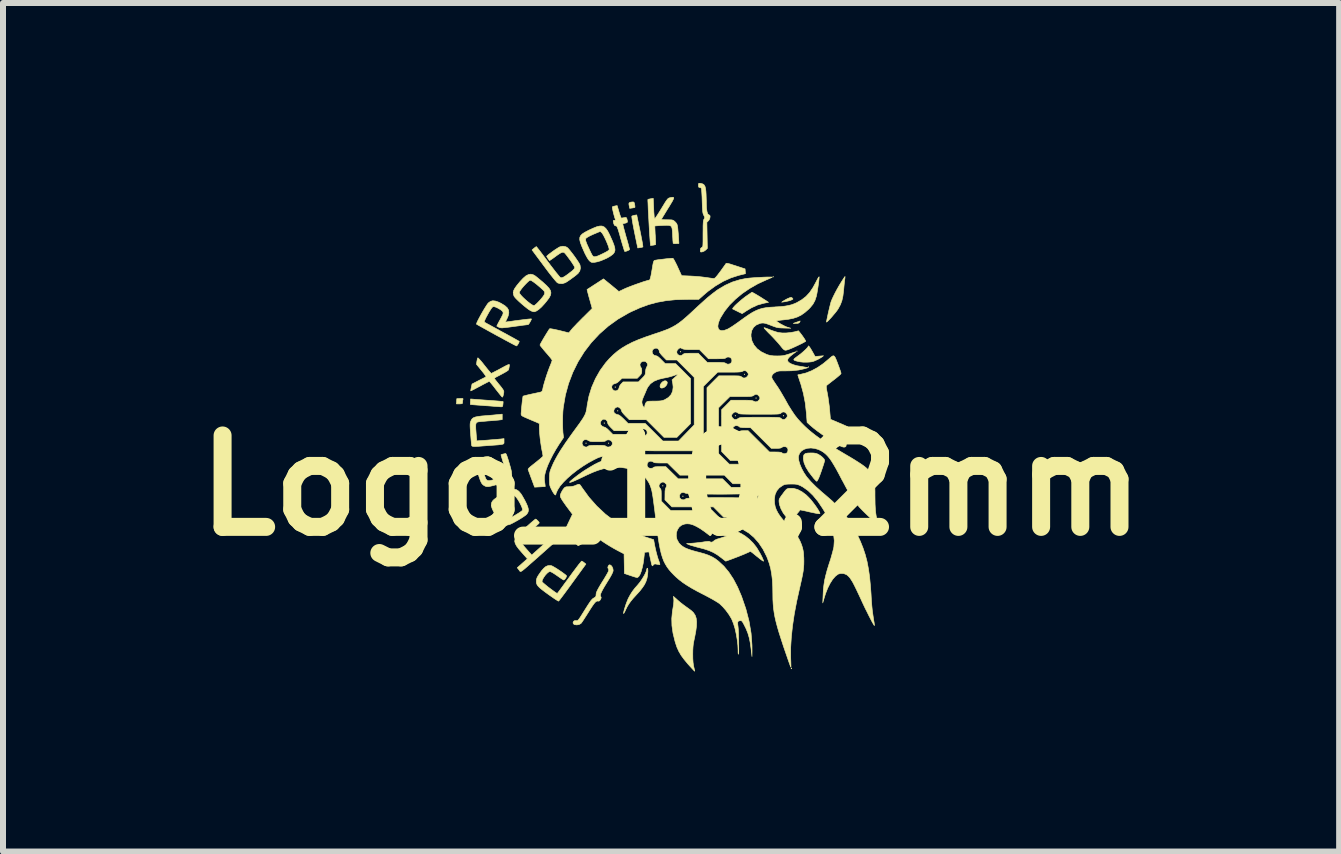
<source format=kicad_pcb>
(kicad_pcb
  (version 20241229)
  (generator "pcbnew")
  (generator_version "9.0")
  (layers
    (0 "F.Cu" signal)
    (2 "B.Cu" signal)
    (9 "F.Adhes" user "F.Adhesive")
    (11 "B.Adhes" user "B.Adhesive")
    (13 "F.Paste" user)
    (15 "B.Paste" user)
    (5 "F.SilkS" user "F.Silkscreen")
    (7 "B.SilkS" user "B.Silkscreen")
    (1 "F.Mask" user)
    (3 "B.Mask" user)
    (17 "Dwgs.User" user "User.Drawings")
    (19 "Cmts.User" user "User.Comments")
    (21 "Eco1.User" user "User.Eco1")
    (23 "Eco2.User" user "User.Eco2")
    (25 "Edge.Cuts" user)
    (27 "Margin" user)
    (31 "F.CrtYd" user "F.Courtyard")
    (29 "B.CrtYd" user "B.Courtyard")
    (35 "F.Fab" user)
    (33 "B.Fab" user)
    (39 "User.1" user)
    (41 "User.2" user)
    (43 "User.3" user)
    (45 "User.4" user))
  (footprint "Logo_10,2mm"
    (layer "F.Cu")
    (at 8.135 5.043)
    (property "Reference" "Logo_10,2mm" (at 0 0 0) (layer "F.SilkS") (effects (font (size 1.524 1.524) (thickness 0.3))))
    (attr through_hole)
    (fp_poly (pts (xy -1.412 -0.706) (xy -1.417 -0.701) (xy -1.422 -0.706) (xy -1.417 -0.711) (xy -1.412 -0.706)) (stroke (width 0.01) (type solid)) (fill yes) (layer "F.SilkS"))
    (fp_poly (pts (xy -1.107 -1.041) (xy -1.113 -1.036) (xy -1.118 -1.041) (xy -1.113 -1.046) (xy -1.107 -1.041)) (stroke (width 0.01) (type solid)) (fill yes) (layer "F.SilkS"))
    (fp_poly (pts (xy -1.036 -0.706) (xy -1.041 -0.701) (xy -1.046 -0.706) (xy -1.041 -0.711) (xy -1.036 -0.706)) (stroke (width 0.01) (type solid)) (fill yes) (layer "F.SilkS"))
    (fp_poly (pts (xy -0.925 -1.641) (xy -0.93 -1.636) (xy -0.935 -1.641) (xy -0.93 -1.646) (xy -0.925 -1.641)) (stroke (width 0.01) (type solid)) (fill yes) (layer "F.SilkS"))
    (fp_poly (pts (xy -0.884 -1.245) (xy -0.889 -1.24) (xy -0.894 -1.245) (xy -0.889 -1.25) (xy -0.884 -1.245)) (stroke (width 0.01) (type solid)) (fill yes) (layer "F.SilkS"))
    (fp_poly (pts (xy -0.132 0.005) (xy -0.137 0.01) (xy -0.142 0.005) (xy -0.137 0) (xy -0.132 0.005)) (stroke (width 0.01) (type solid)) (fill yes) (layer "F.SilkS"))
    (fp_poly (pts (xy 0.163 -2.23) (xy 0.157 -2.225) (xy 0.152 -2.23) (xy 0.157 -2.235) (xy 0.163 -2.23)) (stroke (width 0.01) (type solid)) (fill yes) (layer "F.SilkS"))
    (fp_poly (pts (xy 0.203 0.178) (xy 0.198 0.183) (xy 0.193 0.178) (xy 0.198 0.173) (xy 0.203 0.178)) (stroke (width 0.01) (type solid)) (fill yes) (layer "F.SilkS"))
    (fp_poly (pts (xy 1.077 -1.163) (xy 1.072 -1.158) (xy 1.067 -1.163) (xy 1.072 -1.168) (xy 1.077 -1.163)) (stroke (width 0.01) (type solid)) (fill yes) (layer "F.SilkS"))
    (fp_poly (pts (xy 1.229 -1.854) (xy 1.224 -1.849) (xy 1.219 -1.854) (xy 1.224 -1.859) (xy 1.229 -1.854)) (stroke (width 0.01) (type solid)) (fill yes) (layer "F.SilkS"))
    (fp_poly (pts (xy 1.422 -1.458) (xy 1.417 -1.453) (xy 1.412 -1.458) (xy 1.417 -1.463) (xy 1.422 -1.458)) (stroke (width 0.01) (type solid)) (fill yes) (layer "F.SilkS"))
    (fp_poly (pts (xy 1.707 -3.48) (xy 1.702 -3.475) (xy 1.697 -3.48) (xy 1.702 -3.485) (xy 1.707 -3.48)) (stroke (width 0.01) (type solid)) (fill yes) (layer "F.SilkS"))
    (fp_poly (pts (xy 1.88 -1.163) (xy 1.875 -1.158) (xy 1.869 -1.163) (xy 1.875 -1.168) (xy 1.88 -1.163)) (stroke (width 0.01) (type solid)) (fill yes) (layer "F.SilkS"))
    (fp_poly (pts (xy 2.103 -2.24) (xy 2.098 -2.235) (xy 2.093 -2.24) (xy 2.098 -2.245) (xy 2.103 -2.24)) (stroke (width 0.01) (type solid)) (fill yes) (layer "F.SilkS"))
    (fp_poly (pts (xy 2.296 -1.976) (xy 2.291 -1.971) (xy 2.286 -1.976) (xy 2.291 -1.981) (xy 2.296 -1.976)) (stroke (width 0.01) (type solid)) (fill yes) (layer "F.SilkS"))
    (fp_poly (pts (xy 2.008 3.041) (xy 2.01 3.053) (xy 2.008 3.055) (xy 2.002 3.053) (xy 2.002 3.048) (xy 2.005 3.04) (xy 2.008 3.041)) (stroke (width 0.01) (type solid)) (fill yes) (layer "F.SilkS"))
    (fp_poly (pts (xy 2.15 -2.736) (xy 2.144 -2.723) (xy 2.132 -2.71) (xy 2.111 -2.704) (xy 2.085 -2.703) (xy 2.037 -2.703) (xy 2.093 -2.723) (xy 2.123 -2.733) (xy 2.145 -2.741) (xy 2.152 -2.743) (xy 2.15 -2.736)) (stroke (width 0.01) (type solid)) (fill yes) (layer "F.SilkS"))
    (fp_poly (pts (xy -3.47 -1.45) (xy -3.467 -1.443) (xy -3.468 -1.437) (xy -3.473 -1.415) (xy -3.475 -1.391) (xy -3.476 -1.374) (xy -3.483 -1.365) (xy -3.501 -1.362) (xy -3.526 -1.361) (xy -3.577 -1.361) (xy -3.574 -1.405) (xy -3.571 -1.448) (xy -3.517 -1.451) (xy -3.485 -1.452) (xy -3.47 -1.45)) (stroke (width 0.01) (type solid)) (fill yes) (layer "F.SilkS"))
    (fp_poly (pts (xy -0.072 -1.738) (xy -0.063 -1.719) (xy -0.063 -1.714) (xy -0.068 -1.688) (xy -0.085 -1.662) (xy -0.109 -1.64) (xy -0.137 -1.627) (xy -0.162 -1.625) (xy -0.176 -1.632) (xy -0.184 -1.653) (xy -0.179 -1.68) (xy -0.163 -1.707) (xy -0.14 -1.73) (xy -0.113 -1.744) (xy -0.094 -1.746) (xy -0.072 -1.738)) (stroke (width 0.01) (type solid)) (fill yes) (layer "F.SilkS"))
    (fp_poly (pts (xy -0.617 -4.721) (xy -0.61 -4.702) (xy -0.607 -4.685) (xy -0.602 -4.658) (xy -0.602 -4.639) (xy -0.603 -4.636) (xy -0.615 -4.632) (xy -0.64 -4.627) (xy -0.649 -4.626) (xy -0.689 -4.62) (xy -0.698 -4.665) (xy -0.703 -4.696) (xy -0.697 -4.713) (xy -0.678 -4.722) (xy -0.651 -4.726) (xy -0.629 -4.727) (xy -0.617 -4.721)) (stroke (width 0.01) (type solid)) (fill yes) (layer "F.SilkS"))
    (fp_poly (pts (xy 2.014 -3.131) (xy 2.016 -3.13) (xy 2.029 -3.115) (xy 2.032 -3.109) (xy 2.023 -3.101) (xy 1.999 -3.09) (xy 1.966 -3.079) (xy 1.928 -3.07) (xy 1.891 -3.063) (xy 1.89 -3.063) (xy 1.844 -3.056) (xy 1.872 -3.076) (xy 1.899 -3.092) (xy 1.933 -3.111) (xy 1.951 -3.119) (xy 1.982 -3.132) (xy 2.001 -3.136) (xy 2.014 -3.131)) (stroke (width 0.01) (type solid)) (fill yes) (layer "F.SilkS"))
    (fp_poly (pts (xy -0.541 -4.361) (xy -0.519 -4.257) (xy -0.502 -4.172) (xy -0.489 -4.104) (xy -0.479 -4.052) (xy -0.473 -4.015) (xy -0.47 -3.99) (xy -0.469 -3.978) (xy -0.47 -3.977) (xy -0.483 -3.972) (xy -0.508 -3.967) (xy -0.515 -3.966) (xy -0.555 -3.96) (xy -0.609 -4.221) (xy -0.623 -4.292) (xy -0.635 -4.355) (xy -0.644 -4.41) (xy -0.651 -4.452) (xy -0.654 -4.48) (xy -0.654 -4.49) (xy -0.639 -4.497) (xy -0.613 -4.504) (xy -0.609 -4.505) (xy -0.572 -4.511) (xy -0.541 -4.361)) (stroke (width 0.01) (type solid)) (fill yes) (layer "F.SilkS"))
    (fp_poly (pts (xy 1.409 -3.19) (xy 1.446 -3.168) (xy 1.492 -3.14) (xy 1.537 -3.111) (xy 1.547 -3.105) (xy 1.625 -3.054) (xy 1.54 -3.037) (xy 1.441 -3.009) (xy 1.341 -2.963) (xy 1.253 -2.91) (xy 1.222 -2.889) (xy 1.198 -2.874) (xy 1.186 -2.866) (xy 1.185 -2.866) (xy 1.176 -2.87) (xy 1.153 -2.881) (xy 1.12 -2.897) (xy 1.107 -2.904) (xy 1.072 -2.921) (xy 1.045 -2.935) (xy 1.029 -2.942) (xy 1.028 -2.943) (xy 1.028 -2.953) (xy 1.042 -2.972) (xy 1.067 -3) (xy 1.102 -3.033) (xy 1.143 -3.069) (xy 1.188 -3.107) (xy 1.235 -3.144) (xy 1.281 -3.176) (xy 1.35 -3.223) (xy 1.409 -3.19)) (stroke (width 0.01) (type solid)) (fill yes) (layer "F.SilkS"))
    (fp_poly (pts (xy 2.302 -2.318) (xy 2.322 -2.29) (xy 2.349 -2.244) (xy 2.352 -2.239) (xy 2.401 -2.151) (xy 2.541 -2.163) (xy 2.516 -2.143) (xy 2.494 -2.129) (xy 2.461 -2.11) (xy 2.423 -2.091) (xy 2.421 -2.091) (xy 2.381 -2.073) (xy 2.344 -2.063) (xy 2.304 -2.058) (xy 2.266 -2.056) (xy 2.206 -2.056) (xy 2.15 -2.062) (xy 2.12 -2.068) (xy 2.077 -2.079) (xy 2.053 -2.089) (xy 2.046 -2.1) (xy 2.056 -2.115) (xy 2.084 -2.137) (xy 2.11 -2.156) (xy 2.15 -2.186) (xy 2.189 -2.218) (xy 2.226 -2.251) (xy 2.256 -2.28) (xy 2.278 -2.304) (xy 2.286 -2.318) (xy 2.286 -2.319) (xy 2.29 -2.328) (xy 2.302 -2.318)) (stroke (width 0.01) (type solid)) (fill yes) (layer "F.SilkS"))
    (fp_poly (pts (xy -3.273 -1.437) (xy -3.241 -1.435) (xy -3.194 -1.431) (xy -3.135 -1.427) (xy -3.07 -1.422) (xy -3.004 -1.418) (xy -2.942 -1.413) (xy -2.888 -1.409) (xy -2.844 -1.405) (xy -2.814 -1.402) (xy -2.8 -1.401) (xy -2.8 -1.4) (xy -2.799 -1.389) (xy -2.801 -1.365) (xy -2.802 -1.354) (xy -2.806 -1.327) (xy -2.813 -1.315) (xy -2.828 -1.312) (xy -2.833 -1.312) (xy -2.851 -1.313) (xy -2.885 -1.316) (xy -2.934 -1.319) (xy -2.993 -1.324) (xy -3.059 -1.329) (xy -3.099 -1.331) (xy -3.166 -1.337) (xy -3.227 -1.341) (xy -3.278 -1.345) (xy -3.316 -1.348) (xy -3.338 -1.35) (xy -3.343 -1.35) (xy -3.345 -1.36) (xy -3.345 -1.383) (xy -3.344 -1.397) (xy -3.341 -1.443) (xy -3.273 -1.437)) (stroke (width 0.01) (type solid)) (fill yes) (layer "F.SilkS"))
    (fp_poly (pts (xy 2.33 -0.543) (xy 2.379 -0.542) (xy 2.414 -0.536) (xy 2.443 -0.526) (xy 2.454 -0.521) (xy 2.492 -0.497) (xy 2.525 -0.47) (xy 2.549 -0.444) (xy 2.56 -0.423) (xy 2.56 -0.42) (xy 2.557 -0.402) (xy 2.548 -0.37) (xy 2.534 -0.327) (xy 2.518 -0.279) (xy 2.501 -0.229) (xy 2.484 -0.182) (xy 2.468 -0.141) (xy 2.459 -0.119) (xy 2.445 -0.092) (xy 2.434 -0.075) (xy 2.429 -0.071) (xy 2.418 -0.078) (xy 2.399 -0.098) (xy 2.374 -0.125) (xy 2.367 -0.135) (xy 2.298 -0.224) (xy 2.248 -0.306) (xy 2.217 -0.38) (xy 2.205 -0.447) (xy 2.205 -0.456) (xy 2.208 -0.493) (xy 2.219 -0.518) (xy 2.241 -0.534) (xy 2.277 -0.541) (xy 2.33 -0.543) (xy 2.33 -0.543)) (stroke (width 0.01) (type solid)) (fill yes) (layer "F.SilkS"))
    (fp_poly (pts (xy 2.9 -3.476) (xy 2.898 -3.452) (xy 2.894 -3.426) (xy 2.89 -3.392) (xy 2.885 -3.344) (xy 2.88 -3.29) (xy 2.876 -3.25) (xy 2.865 -3.159) (xy 2.848 -3.082) (xy 2.823 -3.015) (xy 2.788 -2.95) (xy 2.78 -2.937) (xy 2.761 -2.91) (xy 2.735 -2.877) (xy 2.705 -2.842) (xy 2.675 -2.806) (xy 2.645 -2.774) (xy 2.62 -2.747) (xy 2.601 -2.73) (xy 2.592 -2.724) (xy 2.591 -2.725) (xy 2.593 -2.741) (xy 2.599 -2.772) (xy 2.608 -2.814) (xy 2.618 -2.863) (xy 2.63 -2.915) (xy 2.642 -2.965) (xy 2.653 -3.01) (xy 2.662 -3.045) (xy 2.667 -3.063) (xy 2.683 -3.103) (xy 2.707 -3.155) (xy 2.737 -3.215) (xy 2.771 -3.278) (xy 2.807 -3.341) (xy 2.842 -3.398) (xy 2.846 -3.404) (xy 2.868 -3.439) (xy 2.886 -3.466) (xy 2.898 -3.482) (xy 2.9 -3.485) (xy 2.9 -3.476)) (stroke (width 0.01) (type solid)) (fill yes) (layer "F.SilkS"))
    (fp_poly (pts (xy -0.39 1.381) (xy -0.387 1.401) (xy -0.386 1.432) (xy -0.389 1.47) (xy -0.394 1.51) (xy -0.401 1.547) (xy -0.402 1.55) (xy -0.418 1.6) (xy -0.442 1.65) (xy -0.476 1.701) (xy -0.521 1.759) (xy -0.581 1.825) (xy -0.581 1.825) (xy -0.633 1.882) (xy -0.673 1.931) (xy -0.705 1.976) (xy -0.733 2.023) (xy -0.76 2.078) (xy -0.764 2.088) (xy -0.778 2.116) (xy -0.788 2.132) (xy -0.792 2.133) (xy -0.792 2.132) (xy -0.789 2.108) (xy -0.78 2.071) (xy -0.766 2.025) (xy -0.75 1.976) (xy -0.732 1.929) (xy -0.716 1.889) (xy -0.71 1.877) (xy -0.678 1.818) (xy -0.644 1.765) (xy -0.603 1.711) (xy -0.552 1.653) (xy -0.52 1.614) (xy -0.488 1.568) (xy -0.458 1.52) (xy -0.433 1.475) (xy -0.415 1.435) (xy -0.407 1.406) (xy -0.406 1.402) (xy -0.401 1.383) (xy -0.396 1.377) (xy -0.39 1.381)) (stroke (width 0.01) (type solid)) (fill yes) (layer "F.SilkS"))
    (fp_poly (pts (xy 1.566 -2.628) (xy 1.594 -2.618) (xy 1.632 -2.604) (xy 1.648 -2.597) (xy 1.696 -2.579) (xy 1.745 -2.563) (xy 1.786 -2.551) (xy 1.793 -2.55) (xy 1.851 -2.543) (xy 1.92 -2.543) (xy 1.992 -2.55) (xy 2.059 -2.562) (xy 2.07 -2.565) (xy 2.124 -2.579) (xy 2.158 -2.537) (xy 2.183 -2.504) (xy 2.207 -2.47) (xy 2.227 -2.44) (xy 2.241 -2.416) (xy 2.245 -2.405) (xy 2.244 -2.404) (xy 2.228 -2.394) (xy 2.197 -2.377) (xy 2.158 -2.357) (xy 2.114 -2.336) (xy 2.071 -2.316) (xy 2.034 -2.299) (xy 2.016 -2.291) (xy 1.967 -2.271) (xy 1.932 -2.259) (xy 1.907 -2.255) (xy 1.887 -2.261) (xy 1.867 -2.278) (xy 1.843 -2.306) (xy 1.82 -2.335) (xy 1.785 -2.377) (xy 1.74 -2.426) (xy 1.692 -2.478) (xy 1.646 -2.525) (xy 1.643 -2.527) (xy 1.607 -2.564) (xy 1.578 -2.595) (xy 1.558 -2.617) (xy 1.55 -2.63) (xy 1.551 -2.631) (xy 1.566 -2.628)) (stroke (width 0.01) (type solid)) (fill yes) (layer "F.SilkS"))
    (fp_poly (pts (xy 0.109 1.909) (xy 0.15 1.945) (xy 0.2 1.984) (xy 0.249 2.02) (xy 0.262 2.029) (xy 0.302 2.058) (xy 0.339 2.086) (xy 0.366 2.111) (xy 0.375 2.121) (xy 0.402 2.162) (xy 0.419 2.211) (xy 0.426 2.27) (xy 0.424 2.342) (xy 0.413 2.427) (xy 0.395 2.522) (xy 0.381 2.588) (xy 0.371 2.642) (xy 0.366 2.692) (xy 0.363 2.745) (xy 0.362 2.809) (xy 0.363 2.886) (xy 0.367 2.948) (xy 0.374 2.998) (xy 0.379 3.022) (xy 0.387 3.056) (xy 0.393 3.082) (xy 0.394 3.094) (xy 0.394 3.095) (xy 0.386 3.088) (xy 0.368 3.069) (xy 0.341 3.04) (xy 0.307 3.003) (xy 0.281 2.974) (xy 0.218 2.898) (xy 0.168 2.83) (xy 0.129 2.763) (xy 0.097 2.692) (xy 0.071 2.613) (xy 0.066 2.596) (xy 0.033 2.461) (xy 0.015 2.336) (xy 0.012 2.217) (xy 0.023 2.099) (xy 0.031 2.052) (xy 0.043 1.979) (xy 0.047 1.922) (xy 0.046 1.896) (xy 0.04 1.847) (xy 0.109 1.909)) (stroke (width 0.01) (type solid)) (fill yes) (layer "F.SilkS"))
    (fp_poly (pts (xy 2.039 0.047) (xy 2.11 0.066) (xy 2.182 0.104) (xy 2.254 0.158) (xy 2.302 0.206) (xy 2.334 0.241) (xy 2.367 0.283) (xy 2.4 0.327) (xy 2.43 0.37) (xy 2.455 0.409) (xy 2.473 0.441) (xy 2.482 0.462) (xy 2.481 0.469) (xy 2.468 0.47) (xy 2.438 0.467) (xy 2.394 0.458) (xy 2.338 0.446) (xy 2.313 0.441) (xy 2.259 0.428) (xy 2.213 0.418) (xy 2.177 0.411) (xy 2.156 0.407) (xy 2.151 0.407) (xy 2.133 0.431) (xy 2.108 0.461) (xy 2.079 0.494) (xy 2.05 0.527) (xy 2.023 0.556) (xy 2.001 0.578) (xy 1.989 0.588) (xy 1.988 0.589) (xy 1.976 0.581) (xy 1.955 0.562) (xy 1.929 0.534) (xy 1.921 0.525) (xy 1.871 0.459) (xy 1.833 0.389) (xy 1.808 0.32) (xy 1.802 0.283) (xy 1.8 0.258) (xy 1.801 0.239) (xy 1.807 0.221) (xy 1.82 0.198) (xy 1.842 0.166) (xy 1.861 0.141) (xy 1.89 0.101) (xy 1.911 0.076) (xy 1.928 0.06) (xy 1.944 0.052) (xy 1.963 0.047) (xy 1.971 0.046) (xy 2.039 0.047)) (stroke (width 0.01) (type solid)) (fill yes) (layer "F.SilkS"))
    (fp_poly (pts (xy -0.867 -4.56) (xy -0.854 -4.518) (xy -0.842 -4.484) (xy -0.832 -4.462) (xy -0.827 -4.457) (xy -0.812 -4.46) (xy -0.786 -4.464) (xy -0.781 -4.465) (xy -0.756 -4.469) (xy -0.743 -4.463) (xy -0.735 -4.444) (xy -0.733 -4.434) (xy -0.726 -4.404) (xy -0.73 -4.387) (xy -0.747 -4.378) (xy -0.765 -4.373) (xy -0.789 -4.368) (xy -0.804 -4.363) (xy -0.804 -4.363) (xy -0.803 -4.352) (xy -0.797 -4.325) (xy -0.787 -4.285) (xy -0.773 -4.233) (xy -0.757 -4.174) (xy -0.751 -4.153) (xy -0.733 -4.091) (xy -0.717 -4.035) (xy -0.705 -3.989) (xy -0.696 -3.955) (xy -0.691 -3.937) (xy -0.691 -3.935) (xy -0.7 -3.926) (xy -0.72 -3.916) (xy -0.746 -3.906) (xy -0.769 -3.902) (xy -0.772 -3.902) (xy -0.776 -3.911) (xy -0.785 -3.937) (xy -0.797 -3.977) (xy -0.813 -4.028) (xy -0.83 -4.088) (xy -0.838 -4.115) (xy -0.857 -4.185) (xy -0.873 -4.238) (xy -0.885 -4.276) (xy -0.895 -4.301) (xy -0.902 -4.317) (xy -0.91 -4.325) (xy -0.917 -4.328) (xy -0.921 -4.328) (xy -0.938 -4.333) (xy -0.949 -4.351) (xy -0.955 -4.366) (xy -0.962 -4.397) (xy -0.964 -4.413) (xy -0.957 -4.419) (xy -0.944 -4.42) (xy -0.928 -4.424) (xy -0.927 -4.432) (xy -0.939 -4.467) (xy -0.951 -4.509) (xy -0.962 -4.552) (xy -0.971 -4.591) (xy -0.977 -4.623) (xy -0.979 -4.642) (xy -0.978 -4.645) (xy -0.962 -4.653) (xy -0.936 -4.659) (xy -0.933 -4.66) (xy -0.898 -4.666) (xy -0.867 -4.56)) (stroke (width 0.01) (type solid)) (fill yes) (layer "F.SilkS"))
    (fp_poly (pts (xy 1.175 0.804) (xy 1.238 0.843) (xy 1.303 0.895) (xy 1.365 0.956) (xy 1.417 1.021) (xy 1.439 1.054) (xy 1.463 1.095) (xy 1.488 1.138) (xy 1.51 1.18) (xy 1.528 1.218) (xy 1.539 1.246) (xy 1.542 1.261) (xy 1.542 1.261) (xy 1.534 1.258) (xy 1.513 1.245) (xy 1.482 1.222) (xy 1.445 1.192) (xy 1.434 1.184) (xy 1.395 1.152) (xy 1.362 1.125) (xy 1.338 1.107) (xy 1.326 1.098) (xy 1.325 1.097) (xy 1.315 1.101) (xy 1.291 1.112) (xy 1.257 1.127) (xy 1.243 1.133) (xy 1.214 1.146) (xy 1.174 1.162) (xy 1.127 1.181) (xy 1.077 1.2) (xy 1.027 1.219) (xy 0.982 1.236) (xy 0.945 1.249) (xy 0.92 1.258) (xy 0.911 1.26) (xy 0.902 1.254) (xy 0.882 1.238) (xy 0.852 1.215) (xy 0.837 1.203) (xy 0.773 1.156) (xy 0.708 1.117) (xy 0.636 1.085) (xy 0.552 1.057) (xy 0.484 1.039) (xy 0.429 1.025) (xy 0.377 1.01) (xy 0.334 0.998) (xy 0.305 0.988) (xy 0.3 0.986) (xy 0.259 0.968) (xy 0.36 0.961) (xy 0.416 0.956) (xy 0.478 0.949) (xy 0.534 0.942) (xy 0.547 0.939) (xy 0.597 0.933) (xy 0.63 0.931) (xy 0.645 0.935) (xy 0.666 0.945) (xy 0.692 0.94) (xy 0.713 0.924) (xy 0.732 0.909) (xy 0.768 0.893) (xy 0.803 0.883) (xy 0.844 0.87) (xy 0.897 0.852) (xy 0.953 0.831) (xy 0.993 0.816) (xy 1.106 0.77) (xy 1.175 0.804)) (stroke (width 0.01) (type solid)) (fill yes) (layer "F.SilkS"))
    (fp_poly (pts (xy -2.245 0.565) (xy -2.227 0.582) (xy -2.22 0.589) (xy -2.202 0.609) (xy -2.197 0.621) (xy -2.203 0.632) (xy -2.21 0.639) (xy -2.224 0.651) (xy -2.25 0.675) (xy -2.286 0.706) (xy -2.328 0.744) (xy -2.37 0.781) (xy -2.423 0.83) (xy -2.464 0.87) (xy -2.493 0.9) (xy -2.508 0.92) (xy -2.51 0.925) (xy -2.505 0.938) (xy -2.491 0.96) (xy -2.467 0.992) (xy -2.431 1.035) (xy -2.382 1.091) (xy -2.356 1.12) (xy -2.322 1.159) (xy -2.157 1.011) (xy -2.108 0.968) (xy -2.064 0.93) (xy -2.028 0.898) (xy -2.001 0.876) (xy -1.985 0.865) (xy -1.983 0.864) (xy -1.971 0.871) (xy -1.954 0.889) (xy -1.948 0.897) (xy -1.922 0.93) (xy -2.191 1.169) (xy -2.269 1.238) (xy -2.333 1.294) (xy -2.384 1.339) (xy -2.424 1.374) (xy -2.455 1.4) (xy -2.478 1.418) (xy -2.495 1.429) (xy -2.506 1.433) (xy -2.514 1.432) (xy -2.52 1.427) (xy -2.526 1.42) (xy -2.532 1.41) (xy -2.535 1.406) (xy -2.563 1.37) (xy -2.508 1.322) (xy -2.476 1.293) (xy -2.445 1.266) (xy -2.424 1.247) (xy -2.394 1.222) (xy -2.483 1.121) (xy -2.536 1.06) (xy -2.574 1.009) (xy -2.597 0.966) (xy -2.606 0.928) (xy -2.6 0.893) (xy -2.582 0.857) (xy -2.55 0.819) (xy -2.528 0.797) (xy -2.493 0.764) (xy -2.453 0.727) (xy -2.41 0.688) (xy -2.368 0.651) (xy -2.329 0.616) (xy -2.295 0.588) (xy -2.271 0.568) (xy -2.258 0.559) (xy -2.256 0.559) (xy -2.245 0.565)) (stroke (width 0.01) (type solid)) (fill yes) (layer "F.SilkS"))
    (fp_poly (pts (xy 0.484 -5.038) (xy 0.495 -5.036) (xy 0.529 -5.027) (xy 0.552 -5.01) (xy 0.568 -4.981) (xy 0.577 -4.938) (xy 0.581 -4.905) (xy 0.584 -4.858) (xy 0.586 -4.8) (xy 0.588 -4.739) (xy 0.588 -4.701) (xy 0.591 -4.625) (xy 0.599 -4.568) (xy 0.61 -4.53) (xy 0.627 -4.513) (xy 0.634 -4.511) (xy 0.647 -4.503) (xy 0.651 -4.483) (xy 0.647 -4.457) (xy 0.636 -4.43) (xy 0.624 -4.414) (xy 0.597 -4.388) (xy 0.601 -4.17) (xy 0.605 -3.953) (xy 0.579 -3.927) (xy 0.551 -3.907) (xy 0.521 -3.895) (xy 0.498 -3.892) (xy 0.489 -3.899) (xy 0.488 -3.92) (xy 0.488 -3.923) (xy 0.492 -3.951) (xy 0.507 -3.966) (xy 0.511 -3.968) (xy 0.518 -3.971) (xy 0.524 -3.977) (xy 0.528 -3.987) (xy 0.531 -4.005) (xy 0.532 -4.032) (xy 0.533 -4.071) (xy 0.533 -4.126) (xy 0.533 -4.197) (xy 0.534 -4.271) (xy 0.534 -4.328) (xy 0.536 -4.37) (xy 0.538 -4.4) (xy 0.542 -4.421) (xy 0.546 -4.434) (xy 0.55 -4.44) (xy 0.559 -4.457) (xy 0.56 -4.473) (xy 0.551 -4.494) (xy 0.545 -4.505) (xy 0.538 -4.521) (xy 0.532 -4.54) (xy 0.528 -4.565) (xy 0.525 -4.599) (xy 0.522 -4.645) (xy 0.52 -4.707) (xy 0.519 -4.744) (xy 0.517 -4.806) (xy 0.514 -4.861) (xy 0.511 -4.907) (xy 0.508 -4.939) (xy 0.505 -4.955) (xy 0.505 -4.956) (xy 0.489 -4.966) (xy 0.477 -4.968) (xy 0.463 -4.972) (xy 0.458 -4.988) (xy 0.457 -5.005) (xy 0.458 -5.029) (xy 0.465 -5.038) (xy 0.484 -5.038)) (stroke (width 0.01) (type solid)) (fill yes) (layer "F.SilkS"))
    (fp_poly (pts (xy -2.299 -3.514) (xy -2.262 -3.493) (xy -2.242 -3.477) (xy -2.211 -3.452) (xy -2.173 -3.42) (xy -2.132 -3.386) (xy -2.132 -3.385) (xy -2.075 -3.333) (xy -2.034 -3.289) (xy -2.01 -3.25) (xy -2.002 -3.211) (xy -2.01 -3.171) (xy -2.034 -3.126) (xy -2.074 -3.073) (xy -2.107 -3.033) (xy -2.158 -2.977) (xy -2.205 -2.935) (xy -2.246 -2.908) (xy -2.279 -2.896) (xy -2.285 -2.896) (xy -2.304 -2.9) (xy -2.332 -2.91) (xy -2.339 -2.914) (xy -2.365 -2.929) (xy -2.401 -2.955) (xy -2.442 -2.988) (xy -2.486 -3.025) (xy -2.529 -3.063) (xy -2.566 -3.098) (xy -2.596 -3.129) (xy -2.613 -3.151) (xy -2.616 -3.155) (xy -2.627 -3.186) (xy -2.63 -3.216) (xy -2.63 -3.217) (xy -2.53 -3.217) (xy -2.522 -3.198) (xy -2.501 -3.171) (xy -2.471 -3.139) (xy -2.434 -3.104) (xy -2.395 -3.07) (xy -2.356 -3.039) (xy -2.322 -3.015) (xy -2.295 -3.001) (xy -2.283 -2.999) (xy -2.268 -3.008) (xy -2.243 -3.029) (xy -2.213 -3.059) (xy -2.182 -3.092) (xy -2.143 -3.138) (xy -2.118 -3.173) (xy -2.106 -3.2) (xy -2.106 -3.223) (xy -2.117 -3.243) (xy -2.131 -3.258) (xy -2.19 -3.311) (xy -2.242 -3.355) (xy -2.287 -3.389) (xy -2.321 -3.412) (xy -2.344 -3.422) (xy -2.349 -3.422) (xy -2.366 -3.413) (xy -2.391 -3.391) (xy -2.421 -3.361) (xy -2.454 -3.326) (xy -2.484 -3.29) (xy -2.509 -3.257) (xy -2.525 -3.23) (xy -2.53 -3.217) (xy -2.63 -3.217) (xy -2.624 -3.248) (xy -2.606 -3.284) (xy -2.576 -3.327) (xy -2.532 -3.381) (xy -2.519 -3.397) (xy -2.466 -3.454) (xy -2.42 -3.494) (xy -2.378 -3.516) (xy -2.338 -3.523) (xy -2.299 -3.514)) (stroke (width 0.01) (type solid)) (fill yes) (layer "F.SilkS"))
    (fp_poly (pts (xy -1.15 -4.325) (xy -1.116 -4.311) (xy -1.085 -4.283) (xy -1.055 -4.24) (xy -1.024 -4.18) (xy -0.989 -4.102) (xy -0.976 -4.073) (xy -0.952 -4.011) (xy -0.938 -3.962) (xy -0.934 -3.924) (xy -0.942 -3.893) (xy -0.959 -3.866) (xy -0.974 -3.852) (xy -1.01 -3.825) (xy -1.059 -3.796) (xy -1.117 -3.769) (xy -1.176 -3.745) (xy -1.231 -3.729) (xy -1.272 -3.721) (xy -1.306 -3.719) (xy -1.328 -3.722) (xy -1.346 -3.733) (xy -1.364 -3.75) (xy -1.384 -3.776) (xy -1.409 -3.818) (xy -1.437 -3.872) (xy -1.457 -3.917) (xy -1.489 -3.991) (xy -1.511 -4.05) (xy -1.522 -4.097) (xy -1.522 -4.103) (xy -1.426 -4.103) (xy -1.424 -4.086) (xy -1.416 -4.061) (xy -1.402 -4.024) (xy -1.379 -3.973) (xy -1.378 -3.971) (xy -1.356 -3.923) (xy -1.336 -3.881) (xy -1.319 -3.848) (xy -1.307 -3.829) (xy -1.306 -3.828) (xy -1.293 -3.817) (xy -1.277 -3.813) (xy -1.255 -3.816) (xy -1.222 -3.826) (xy -1.177 -3.846) (xy -1.135 -3.866) (xy -1.084 -3.892) (xy -1.049 -3.913) (xy -1.032 -3.93) (xy -1.031 -3.932) (xy -1.033 -3.95) (xy -1.042 -3.982) (xy -1.057 -4.022) (xy -1.076 -4.068) (xy -1.097 -4.114) (xy -1.118 -4.156) (xy -1.137 -4.19) (xy -1.153 -4.212) (xy -1.155 -4.214) (xy -1.179 -4.236) (xy -1.227 -4.217) (xy -1.298 -4.187) (xy -1.354 -4.161) (xy -1.395 -4.138) (xy -1.419 -4.12) (xy -1.423 -4.115) (xy -1.426 -4.103) (xy -1.522 -4.103) (xy -1.521 -4.134) (xy -1.507 -4.165) (xy -1.48 -4.193) (xy -1.439 -4.22) (xy -1.382 -4.25) (xy -1.364 -4.259) (xy -1.294 -4.291) (xy -1.237 -4.314) (xy -1.189 -4.325) (xy -1.15 -4.325)) (stroke (width 0.01) (type solid)) (fill yes) (layer "F.SilkS"))
    (fp_poly (pts (xy 2.721 -2.156) (xy 2.736 -2.135) (xy 2.753 -2.097) (xy 2.774 -2.043) (xy 2.78 -2.027) (xy 2.799 -1.976) (xy 2.815 -1.931) (xy 2.827 -1.896) (xy 2.833 -1.874) (xy 2.834 -1.869) (xy 2.831 -1.863) (xy 2.822 -1.852) (xy 2.805 -1.836) (xy 2.778 -1.813) (xy 2.74 -1.782) (xy 2.689 -1.743) (xy 2.624 -1.692) (xy 2.596 -1.67) (xy 2.59 -1.663) (xy 2.588 -1.65) (xy 2.589 -1.628) (xy 2.594 -1.594) (xy 2.604 -1.544) (xy 2.606 -1.532) (xy 2.617 -1.471) (xy 2.627 -1.399) (xy 2.637 -1.325) (xy 2.644 -1.257) (xy 2.644 -1.254) (xy 2.657 -1.104) (xy 2.799 -1.044) (xy 2.849 -1.023) (xy 2.892 -1.004) (xy 2.925 -0.989) (xy 2.944 -0.98) (xy 2.948 -0.977) (xy 2.95 -0.964) (xy 2.949 -0.936) (xy 2.947 -0.895) (xy 2.943 -0.848) (xy 2.937 -0.797) (xy 2.931 -0.748) (xy 2.925 -0.705) (xy 2.919 -0.671) (xy 2.914 -0.651) (xy 2.912 -0.648) (xy 2.894 -0.641) (xy 2.871 -0.641) (xy 2.842 -0.65) (xy 2.803 -0.668) (xy 2.752 -0.697) (xy 2.698 -0.731) (xy 2.609 -0.788) (xy 2.524 -0.847) (xy 2.445 -0.904) (xy 2.377 -0.956) (xy 2.322 -1.003) (xy 2.315 -1.009) (xy 2.268 -1.052) (xy 2.256 -1.208) (xy 2.237 -1.378) (xy 2.206 -1.537) (xy 2.163 -1.693) (xy 2.154 -1.718) (xy 2.139 -1.764) (xy 2.126 -1.803) (xy 2.117 -1.831) (xy 2.113 -1.844) (xy 2.113 -1.844) (xy 2.122 -1.847) (xy 2.145 -1.851) (xy 2.159 -1.854) (xy 2.249 -1.876) (xy 2.345 -1.914) (xy 2.443 -1.967) (xy 2.54 -2.034) (xy 2.632 -2.111) (xy 2.664 -2.139) (xy 2.687 -2.157) (xy 2.706 -2.163) (xy 2.721 -2.156)) (stroke (width 0.01) (type solid)) (fill yes) (layer "F.SilkS"))
    (fp_poly (pts (xy -2.814 -1.099) (xy -2.857 -1.093) (xy -2.883 -1.09) (xy -2.925 -1.087) (xy -2.976 -1.082) (xy -3.032 -1.078) (xy -3.048 -1.077) (xy -3.102 -1.072) (xy -3.151 -1.068) (xy -3.19 -1.064) (xy -3.214 -1.061) (xy -3.218 -1.06) (xy -3.235 -1.054) (xy -3.247 -1.042) (xy -3.254 -1.022) (xy -3.256 -0.992) (xy -3.255 -0.947) (xy -3.25 -0.885) (xy -3.25 -0.882) (xy -3.246 -0.832) (xy -3.242 -0.79) (xy -3.239 -0.76) (xy -3.238 -0.746) (xy -3.237 -0.745) (xy -3.227 -0.745) (xy -3.201 -0.747) (xy -3.161 -0.75) (xy -3.112 -0.753) (xy -3.058 -0.757) (xy -3.002 -0.762) (xy -2.947 -0.766) (xy -2.898 -0.77) (xy -2.858 -0.774) (xy -2.831 -0.776) (xy -2.827 -0.777) (xy -2.784 -0.782) (xy -2.784 -0.737) (xy -2.784 -0.721) (xy -2.784 -0.709) (xy -2.788 -0.7) (xy -2.797 -0.692) (xy -2.815 -0.687) (xy -2.842 -0.683) (xy -2.881 -0.678) (xy -2.935 -0.674) (xy -3.006 -0.669) (xy -3.048 -0.666) (xy -3.13 -0.66) (xy -3.193 -0.655) (xy -3.241 -0.652) (xy -3.275 -0.651) (xy -3.298 -0.652) (xy -3.313 -0.656) (xy -3.321 -0.662) (xy -3.324 -0.67) (xy -3.325 -0.682) (xy -3.327 -0.693) (xy -3.329 -0.719) (xy -3.333 -0.76) (xy -3.337 -0.812) (xy -3.342 -0.868) (xy -3.343 -0.884) (xy -3.347 -0.944) (xy -3.349 -0.988) (xy -3.349 -1.019) (xy -3.347 -1.043) (xy -3.342 -1.062) (xy -3.338 -1.073) (xy -3.326 -1.098) (xy -3.311 -1.117) (xy -3.289 -1.132) (xy -3.258 -1.143) (xy -3.216 -1.151) (xy -3.158 -1.159) (xy -3.095 -1.164) (xy -3.034 -1.169) (xy -2.975 -1.174) (xy -2.924 -1.179) (xy -2.885 -1.183) (xy -2.873 -1.184) (xy -2.814 -1.19) (xy -2.814 -1.099)) (stroke (width 0.01) (type solid)) (fill yes) (layer "F.SilkS"))
    (fp_poly (pts (xy -1.002 1.33) (xy -0.983 1.353) (xy -0.97 1.383) (xy -0.965 1.412) (xy -0.967 1.429) (xy -0.975 1.451) (xy -0.988 1.479) (xy -1.009 1.518) (xy -1.04 1.569) (xy -1.072 1.621) (xy -1.113 1.688) (xy -1.143 1.741) (xy -1.163 1.781) (xy -1.175 1.811) (xy -1.178 1.833) (xy -1.174 1.848) (xy -1.168 1.856) (xy -1.164 1.871) (xy -1.175 1.898) (xy -1.176 1.899) (xy -1.191 1.921) (xy -1.208 1.927) (xy -1.216 1.926) (xy -1.231 1.925) (xy -1.246 1.931) (xy -1.264 1.946) (xy -1.285 1.971) (xy -1.312 2.009) (xy -1.346 2.061) (xy -1.386 2.125) (xy -1.419 2.177) (xy -1.449 2.223) (xy -1.474 2.262) (xy -1.493 2.289) (xy -1.503 2.3) (xy -1.532 2.316) (xy -1.57 2.323) (xy -1.605 2.319) (xy -1.613 2.317) (xy -1.63 2.301) (xy -1.633 2.282) (xy -1.624 2.263) (xy -1.605 2.251) (xy -1.583 2.251) (xy -1.571 2.253) (xy -1.56 2.251) (xy -1.548 2.242) (xy -1.534 2.225) (xy -1.514 2.197) (xy -1.488 2.156) (xy -1.458 2.108) (xy -1.416 2.041) (xy -1.383 1.989) (xy -1.357 1.95) (xy -1.337 1.921) (xy -1.32 1.901) (xy -1.306 1.887) (xy -1.292 1.877) (xy -1.285 1.874) (xy -1.261 1.858) (xy -1.251 1.84) (xy -1.25 1.821) (xy -1.248 1.803) (xy -1.244 1.784) (xy -1.234 1.76) (xy -1.219 1.73) (xy -1.197 1.69) (xy -1.166 1.638) (xy -1.125 1.572) (xy -1.122 1.568) (xy -1.088 1.511) (xy -1.063 1.468) (xy -1.047 1.437) (xy -1.039 1.416) (xy -1.039 1.4) (xy -1.044 1.389) (xy -1.048 1.384) (xy -1.054 1.366) (xy -1.048 1.344) (xy -1.035 1.326) (xy -1.022 1.321) (xy -1.002 1.33)) (stroke (width 0.01) (type solid)) (fill yes) (layer "F.SilkS"))
    (fp_poly (pts (xy -2.577 0.069) (xy -2.539 0.094) (xy -2.502 0.137) (xy -2.481 0.17) (xy -2.439 0.244) (xy -2.409 0.304) (xy -2.389 0.352) (xy -2.379 0.391) (xy -2.378 0.423) (xy -2.387 0.451) (xy -2.404 0.476) (xy -2.407 0.48) (xy -2.427 0.497) (xy -2.461 0.521) (xy -2.504 0.549) (xy -2.553 0.578) (xy -2.603 0.606) (xy -2.65 0.631) (xy -2.686 0.648) (xy -2.734 0.66) (xy -2.782 0.658) (xy -2.823 0.642) (xy -2.833 0.635) (xy -2.853 0.612) (xy -2.878 0.576) (xy -2.906 0.531) (xy -2.934 0.481) (xy -2.96 0.432) (xy -2.98 0.388) (xy -2.992 0.354) (xy -2.995 0.343) (xy -2.995 0.332) (xy -2.896 0.332) (xy -2.891 0.35) (xy -2.878 0.381) (xy -2.86 0.419) (xy -2.838 0.46) (xy -2.816 0.499) (xy -2.795 0.532) (xy -2.779 0.555) (xy -2.771 0.562) (xy -2.758 0.566) (xy -2.743 0.566) (xy -2.723 0.56) (xy -2.695 0.547) (xy -2.655 0.526) (xy -2.609 0.501) (xy -2.564 0.474) (xy -2.524 0.449) (xy -2.495 0.429) (xy -2.479 0.415) (xy -2.477 0.413) (xy -2.476 0.393) (xy -2.486 0.362) (xy -2.503 0.323) (xy -2.525 0.28) (xy -2.55 0.239) (xy -2.575 0.203) (xy -2.599 0.177) (xy -2.618 0.165) (xy -2.619 0.164) (xy -2.638 0.168) (xy -2.67 0.18) (xy -2.712 0.199) (xy -2.741 0.214) (xy -2.798 0.245) (xy -2.839 0.269) (xy -2.867 0.287) (xy -2.884 0.302) (xy -2.893 0.315) (xy -2.896 0.329) (xy -2.896 0.332) (xy -2.995 0.332) (xy -2.996 0.312) (xy -2.99 0.285) (xy -2.976 0.259) (xy -2.95 0.232) (xy -2.912 0.204) (xy -2.859 0.171) (xy -2.791 0.134) (xy -2.76 0.117) (xy -2.705 0.09) (xy -2.66 0.072) (xy -2.628 0.062) (xy -2.619 0.061) (xy -2.577 0.069)) (stroke (width 0.01) (type solid)) (fill yes) (layer "F.SilkS"))
    (fp_poly (pts (xy -1.475 1.266) (xy -1.453 1.281) (xy -1.449 1.285) (xy -1.419 1.309) (xy -1.642 1.616) (xy -1.693 1.686) (xy -1.74 1.75) (xy -1.782 1.807) (xy -1.818 1.855) (xy -1.846 1.892) (xy -1.866 1.917) (xy -1.875 1.927) (xy -1.875 1.927) (xy -1.886 1.922) (xy -1.91 1.907) (xy -1.946 1.884) (xy -1.989 1.854) (xy -2.032 1.824) (xy -2.098 1.776) (xy -2.149 1.737) (xy -2.187 1.706) (xy -2.213 1.68) (xy -2.231 1.657) (xy -2.24 1.636) (xy -2.245 1.614) (xy -2.245 1.597) (xy -2.243 1.567) (xy -2.235 1.54) (xy -2.219 1.509) (xy -2.202 1.483) (xy -2.159 1.422) (xy -2.121 1.379) (xy -2.087 1.35) (xy -2.053 1.336) (xy -2.017 1.333) (xy -1.997 1.335) (xy -1.978 1.343) (xy -1.948 1.36) (xy -1.909 1.383) (xy -1.867 1.411) (xy -1.825 1.439) (xy -1.788 1.466) (xy -1.759 1.488) (xy -1.743 1.503) (xy -1.742 1.504) (xy -1.744 1.518) (xy -1.754 1.539) (xy -1.769 1.56) (xy -1.784 1.573) (xy -1.789 1.575) (xy -1.8 1.569) (xy -1.825 1.554) (xy -1.858 1.531) (xy -1.897 1.504) (xy -1.938 1.476) (xy -1.974 1.453) (xy -2.003 1.438) (xy -2.019 1.433) (xy -2.04 1.441) (xy -2.067 1.463) (xy -2.095 1.493) (xy -2.12 1.528) (xy -2.14 1.562) (xy -2.15 1.591) (xy -2.149 1.604) (xy -2.14 1.615) (xy -2.117 1.635) (xy -2.085 1.662) (xy -2.048 1.692) (xy -2.008 1.722) (xy -1.969 1.751) (xy -1.936 1.775) (xy -1.91 1.792) (xy -1.897 1.798) (xy -1.896 1.798) (xy -1.889 1.79) (xy -1.872 1.768) (xy -1.846 1.733) (xy -1.812 1.687) (xy -1.772 1.632) (xy -1.727 1.571) (xy -1.696 1.529) (xy -1.649 1.464) (xy -1.605 1.405) (xy -1.566 1.353) (xy -1.534 1.311) (xy -1.509 1.281) (xy -1.494 1.263) (xy -1.49 1.26) (xy -1.475 1.266)) (stroke (width 0.01) (type solid)) (fill yes) (layer "F.SilkS"))
    (fp_poly (pts (xy -3.212 -2.123) (xy -3.193 -2.103) (xy -3.166 -2.073) (xy -3.134 -2.034) (xy -3.109 -2.002) (xy -3.074 -1.958) (xy -3.043 -1.92) (xy -3.018 -1.891) (xy -3.002 -1.873) (xy -2.997 -1.869) (xy -2.985 -1.874) (xy -2.96 -1.887) (xy -2.923 -1.906) (xy -2.878 -1.929) (xy -2.858 -1.94) (xy -2.799 -1.972) (xy -2.756 -1.995) (xy -2.725 -2.01) (xy -2.707 -2.017) (xy -2.697 -2.017) (xy -2.693 -2.011) (xy -2.694 -2) (xy -2.697 -1.985) (xy -2.702 -1.955) (xy -2.708 -1.932) (xy -2.708 -1.929) (xy -2.719 -1.918) (xy -2.744 -1.901) (xy -2.78 -1.88) (xy -2.824 -1.856) (xy -2.83 -1.853) (xy -2.873 -1.83) (xy -2.91 -1.811) (xy -2.935 -1.796) (xy -2.946 -1.788) (xy -2.946 -1.788) (xy -2.94 -1.778) (xy -2.924 -1.756) (xy -2.899 -1.725) (xy -2.869 -1.687) (xy -2.864 -1.682) (xy -2.83 -1.64) (xy -2.808 -1.61) (xy -2.794 -1.588) (xy -2.788 -1.572) (xy -2.787 -1.557) (xy -2.789 -1.545) (xy -2.797 -1.504) (xy -2.805 -1.481) (xy -2.812 -1.473) (xy -2.812 -1.473) (xy -2.821 -1.481) (xy -2.839 -1.502) (xy -2.865 -1.534) (xy -2.897 -1.575) (xy -2.921 -1.605) (xy -2.955 -1.65) (xy -2.985 -1.687) (xy -3.009 -1.716) (xy -3.024 -1.733) (xy -3.028 -1.737) (xy -3.039 -1.733) (xy -3.064 -1.72) (xy -3.101 -1.701) (xy -3.147 -1.677) (xy -3.185 -1.656) (xy -3.235 -1.63) (xy -3.278 -1.607) (xy -3.312 -1.59) (xy -3.333 -1.58) (xy -3.339 -1.578) (xy -3.338 -1.588) (xy -3.334 -1.613) (xy -3.329 -1.636) (xy -3.317 -1.692) (xy -3.205 -1.75) (xy -3.162 -1.772) (xy -3.124 -1.791) (xy -3.097 -1.805) (xy -3.084 -1.811) (xy -3.084 -1.811) (xy -3.087 -1.82) (xy -3.1 -1.841) (xy -3.122 -1.872) (xy -3.152 -1.909) (xy -3.159 -1.918) (xy -3.243 -2.021) (xy -3.236 -2.072) (xy -3.23 -2.102) (xy -3.224 -2.123) (xy -3.22 -2.129) (xy -3.212 -2.123)) (stroke (width 0.01) (type solid)) (fill yes) (layer "F.SilkS"))
    (fp_poly (pts (xy -1.754 -3.98) (xy -1.731 -3.968) (xy -1.714 -3.952) (xy -1.689 -3.923) (xy -1.659 -3.885) (xy -1.625 -3.841) (xy -1.592 -3.795) (xy -1.562 -3.751) (xy -1.537 -3.713) (xy -1.521 -3.684) (xy -1.517 -3.675) (xy -1.51 -3.625) (xy -1.521 -3.577) (xy -1.55 -3.535) (xy -1.552 -3.534) (xy -1.578 -3.511) (xy -1.615 -3.482) (xy -1.658 -3.451) (xy -1.7 -3.421) (xy -1.737 -3.396) (xy -1.764 -3.38) (xy -1.765 -3.38) (xy -1.813 -3.365) (xy -1.862 -3.368) (xy -1.893 -3.379) (xy -1.906 -3.391) (xy -1.93 -3.418) (xy -1.963 -3.458) (xy -2.003 -3.508) (xy -2.049 -3.567) (xy -2.099 -3.634) (xy -2.119 -3.661) (xy -2.317 -3.927) (xy -2.284 -3.955) (xy -2.262 -3.972) (xy -2.247 -3.982) (xy -2.245 -3.982) (xy -2.238 -3.975) (xy -2.22 -3.952) (xy -2.193 -3.918) (xy -2.159 -3.873) (xy -2.119 -3.819) (xy -2.074 -3.759) (xy -2.052 -3.729) (xy -2.005 -3.666) (xy -1.96 -3.608) (xy -1.921 -3.557) (xy -1.887 -3.516) (xy -1.862 -3.485) (xy -1.846 -3.469) (xy -1.843 -3.466) (xy -1.828 -3.463) (xy -1.811 -3.466) (xy -1.787 -3.477) (xy -1.754 -3.498) (xy -1.709 -3.53) (xy -1.692 -3.544) (xy -1.651 -3.575) (xy -1.626 -3.598) (xy -1.611 -3.616) (xy -1.606 -3.632) (xy -1.605 -3.638) (xy -1.611 -3.651) (xy -1.627 -3.677) (xy -1.649 -3.712) (xy -1.676 -3.751) (xy -1.705 -3.79) (xy -1.732 -3.827) (xy -1.756 -3.857) (xy -1.773 -3.876) (xy -1.776 -3.879) (xy -1.791 -3.888) (xy -1.808 -3.889) (xy -1.829 -3.882) (xy -1.858 -3.866) (xy -1.899 -3.838) (xy -1.925 -3.819) (xy -1.963 -3.791) (xy -1.995 -3.769) (xy -2.016 -3.755) (xy -2.026 -3.75) (xy -2.026 -3.75) (xy -2.033 -3.76) (xy -2.047 -3.779) (xy -2.05 -3.783) (xy -2.065 -3.805) (xy -2.072 -3.819) (xy -2.073 -3.821) (xy -2.065 -3.83) (xy -2.044 -3.849) (xy -2.013 -3.872) (xy -1.977 -3.899) (xy -1.939 -3.926) (xy -1.902 -3.95) (xy -1.872 -3.969) (xy -1.852 -3.979) (xy -1.803 -3.989) (xy -1.754 -3.98)) (stroke (width 0.01) (type solid)) (fill yes) (layer "F.SilkS"))
    (fp_poly (pts (xy -1.526 -0.019) (xy -1.511 -0.006) (xy -1.494 0.02) (xy -1.482 0.038) (xy -1.368 0.195) (xy -1.239 0.341) (xy -1.096 0.475) (xy -0.94 0.595) (xy -0.775 0.7) (xy -0.602 0.789) (xy -0.423 0.859) (xy -0.411 0.863) (xy -0.29 0.902) (xy -0.282 0.946) (xy -0.267 1.024) (xy -0.25 1.1) (xy -0.232 1.168) (xy -0.215 1.225) (xy -0.206 1.248) (xy -0.194 1.281) (xy -0.187 1.305) (xy -0.186 1.317) (xy -0.186 1.317) (xy -0.198 1.318) (xy -0.222 1.314) (xy -0.234 1.312) (xy -0.262 1.307) (xy -0.279 1.309) (xy -0.293 1.321) (xy -0.295 1.324) (xy -0.304 1.334) (xy -0.31 1.339) (xy -0.315 1.335) (xy -0.321 1.321) (xy -0.328 1.294) (xy -0.337 1.252) (xy -0.346 1.211) (xy -0.369 1.106) (xy -0.406 1.109) (xy -0.442 1.113) (xy -0.454 1.224) (xy -0.465 1.301) (xy -0.48 1.37) (xy -0.497 1.431) (xy -0.516 1.48) (xy -0.536 1.514) (xy -0.557 1.532) (xy -0.566 1.533) (xy -0.583 1.53) (xy -0.614 1.521) (xy -0.654 1.508) (xy -0.681 1.499) (xy -0.777 1.466) (xy -0.78 1.303) (xy -0.783 1.139) (xy -0.9 1.078) (xy -0.958 1.046) (xy -1.021 1.009) (xy -1.081 0.972) (xy -1.119 0.947) (xy -1.161 0.919) (xy -1.198 0.894) (xy -1.227 0.875) (xy -1.243 0.865) (xy -1.253 0.86) (xy -1.265 0.859) (xy -1.281 0.863) (xy -1.304 0.873) (xy -1.339 0.89) (xy -1.387 0.916) (xy -1.407 0.927) (xy -1.548 1.004) (xy -1.666 0.891) (xy -1.784 0.777) (xy -1.714 0.628) (xy -1.643 0.479) (xy -1.714 0.384) (xy -1.747 0.34) (xy -1.778 0.296) (xy -1.805 0.257) (xy -1.819 0.235) (xy -1.837 0.204) (xy -1.845 0.183) (xy -1.846 0.164) (xy -1.841 0.144) (xy -1.828 0.113) (xy -1.808 0.078) (xy -1.798 0.063) (xy -1.779 0.039) (xy -1.763 0.027) (xy -1.743 0.021) (xy -1.711 0.02) (xy -1.706 0.02) (xy -1.665 0.017) (xy -1.626 0.01) (xy -1.607 0.004) (xy -1.569 -0.012) (xy -1.543 -0.021) (xy -1.526 -0.019)) (stroke (width 0.01) (type solid)) (fill yes) (layer "F.SilkS"))
    (fp_poly (pts (xy -2.755 -0.533) (xy -2.747 -0.522) (xy -2.738 -0.501) (xy -2.726 -0.466) (xy -2.71 -0.416) (xy -2.698 -0.375) (xy -2.675 -0.296) (xy -2.66 -0.233) (xy -2.655 -0.183) (xy -2.66 -0.144) (xy -2.677 -0.112) (xy -2.708 -0.087) (xy -2.755 -0.064) (xy -2.818 -0.042) (xy -2.899 -0.017) (xy -2.904 -0.016) (xy -2.966 0.001) (xy -3.012 0.012) (xy -3.045 0.018) (xy -3.071 0.018) (xy -3.093 0.012) (xy -3.113 0.002) (xy -3.116 0.000411) (xy -3.136 -0.014) (xy -3.153 -0.033) (xy -3.168 -0.06) (xy -3.184 -0.099) (xy -3.202 -0.151) (xy -3.217 -0.203) (xy -3.234 -0.262) (xy -3.244 -0.306) (xy -3.247 -0.339) (xy -3.246 -0.362) (xy -3.233 -0.404) (xy -3.204 -0.437) (xy -3.159 -0.461) (xy -3.104 -0.478) (xy -3.05 -0.483) (xy -3.006 -0.47) (xy -2.971 -0.441) (xy -2.962 -0.428) (xy -2.951 -0.406) (xy -2.937 -0.371) (xy -2.921 -0.327) (xy -2.905 -0.28) (xy -2.891 -0.235) (xy -2.881 -0.197) (xy -2.876 -0.172) (xy -2.875 -0.168) (xy -2.884 -0.158) (xy -2.905 -0.149) (xy -2.93 -0.142) (xy -2.951 -0.141) (xy -2.962 -0.146) (xy -2.967 -0.16) (xy -2.976 -0.189) (xy -2.988 -0.228) (xy -2.997 -0.258) (xy -3.011 -0.302) (xy -3.024 -0.339) (xy -3.035 -0.364) (xy -3.039 -0.372) (xy -3.06 -0.384) (xy -3.09 -0.384) (xy -3.121 -0.374) (xy -3.127 -0.37) (xy -3.141 -0.357) (xy -3.148 -0.338) (xy -3.147 -0.312) (xy -3.14 -0.273) (xy -3.125 -0.22) (xy -3.119 -0.2) (xy -3.102 -0.15) (xy -3.088 -0.114) (xy -3.072 -0.092) (xy -3.05 -0.082) (xy -3.02 -0.082) (xy -2.978 -0.092) (xy -2.92 -0.109) (xy -2.912 -0.111) (xy -2.86 -0.128) (xy -2.815 -0.144) (xy -2.781 -0.159) (xy -2.762 -0.17) (xy -2.761 -0.171) (xy -2.753 -0.179) (xy -2.749 -0.188) (xy -2.748 -0.2) (xy -2.751 -0.22) (xy -2.758 -0.249) (xy -2.77 -0.292) (xy -2.788 -0.35) (xy -2.803 -0.403) (xy -2.817 -0.449) (xy -2.827 -0.485) (xy -2.833 -0.507) (xy -2.835 -0.512) (xy -2.826 -0.517) (xy -2.807 -0.523) (xy -2.78 -0.529) (xy -2.762 -0.534) (xy -2.755 -0.533)) (stroke (width 0.01) (type solid)) (fill yes) (layer "F.SilkS"))
    (fp_poly (pts (xy 0.042 -4.801) (xy 0.045 -4.79) (xy 0.037 -4.77) (xy 0.021 -4.738) (xy -0.006 -4.693) (xy -0.042 -4.633) (xy -0.051 -4.62) (xy -0.084 -4.566) (xy -0.113 -4.518) (xy -0.137 -4.479) (xy -0.154 -4.45) (xy -0.162 -4.436) (xy -0.163 -4.435) (xy -0.153 -4.433) (xy -0.128 -4.431) (xy -0.091 -4.43) (xy -0.066 -4.43) (xy -0.021 -4.429) (xy 0.009 -4.428) (xy 0.03 -4.423) (xy 0.046 -4.415) (xy 0.062 -4.401) (xy 0.067 -4.397) (xy 0.086 -4.376) (xy 0.099 -4.356) (xy 0.106 -4.329) (xy 0.112 -4.293) (xy 0.116 -4.248) (xy 0.121 -4.193) (xy 0.125 -4.139) (xy 0.126 -4.128) (xy 0.131 -4.035) (xy 0.084 -4.032) (xy 0.056 -4.032) (xy 0.038 -4.036) (xy 0.035 -4.038) (xy 0.034 -4.052) (xy 0.031 -4.082) (xy 0.029 -4.123) (xy 0.026 -4.172) (xy 0.026 -4.175) (xy 0.023 -4.237) (xy 0.018 -4.281) (xy 0.009 -4.311) (xy -0.007 -4.328) (xy -0.033 -4.336) (xy -0.072 -4.338) (xy -0.127 -4.336) (xy -0.141 -4.335) (xy -0.189 -4.333) (xy -0.229 -4.33) (xy -0.257 -4.328) (xy -0.269 -4.326) (xy -0.27 -4.326) (xy -0.27 -4.315) (xy -0.269 -4.288) (xy -0.267 -4.248) (xy -0.265 -4.198) (xy -0.263 -4.172) (xy -0.26 -4.119) (xy -0.258 -4.073) (xy -0.257 -4.039) (xy -0.257 -4.019) (xy -0.258 -4.016) (xy -0.27 -4.012) (xy -0.294 -4.007) (xy -0.302 -4.006) (xy -0.342 -4.001) (xy -0.349 -4.076) (xy -0.352 -4.119) (xy -0.356 -4.174) (xy -0.36 -4.238) (xy -0.364 -4.308) (xy -0.368 -4.382) (xy -0.372 -4.457) (xy -0.376 -4.53) (xy -0.38 -4.598) (xy -0.382 -4.658) (xy -0.384 -4.708) (xy -0.386 -4.744) (xy -0.386 -4.765) (xy -0.385 -4.769) (xy -0.374 -4.773) (xy -0.349 -4.778) (xy -0.339 -4.78) (xy -0.297 -4.787) (xy -0.289 -4.618) (xy -0.287 -4.562) (xy -0.283 -4.513) (xy -0.28 -4.475) (xy -0.277 -4.451) (xy -0.275 -4.445) (xy -0.267 -4.452) (xy -0.251 -4.474) (xy -0.228 -4.508) (xy -0.2 -4.552) (xy -0.168 -4.604) (xy -0.161 -4.615) (xy -0.125 -4.674) (xy -0.098 -4.719) (xy -0.077 -4.75) (xy -0.061 -4.771) (xy -0.048 -4.785) (xy -0.035 -4.792) (xy -0.023 -4.796) (xy -0.015 -4.798) (xy 0.012 -4.803) (xy 0.032 -4.805) (xy 0.042 -4.801)) (stroke (width 0.01) (type solid)) (fill yes) (layer "F.SilkS"))
    (fp_poly (pts (xy -2.927 -3.075) (xy -2.874 -3.057) (xy -2.83 -3.035) (xy -2.77 -2.998) (xy -2.73 -2.962) (xy -2.708 -2.923) (xy -2.704 -2.879) (xy -2.715 -2.827) (xy -2.732 -2.787) (xy -2.762 -2.724) (xy -2.73 -2.729) (xy -2.67 -2.737) (xy -2.607 -2.746) (xy -2.544 -2.754) (xy -2.483 -2.762) (xy -2.428 -2.769) (xy -2.382 -2.774) (xy -2.348 -2.777) (xy -2.33 -2.778) (xy -2.328 -2.778) (xy -2.329 -2.767) (xy -2.339 -2.746) (xy -2.353 -2.721) (xy -2.367 -2.698) (xy -2.379 -2.684) (xy -2.383 -2.682) (xy -2.395 -2.681) (xy -2.425 -2.677) (xy -2.469 -2.672) (xy -2.523 -2.664) (xy -2.586 -2.656) (xy -2.615 -2.652) (xy -2.688 -2.642) (xy -2.743 -2.635) (xy -2.784 -2.631) (xy -2.814 -2.628) (xy -2.835 -2.629) (xy -2.85 -2.631) (xy -2.862 -2.635) (xy -2.869 -2.638) (xy -2.891 -2.65) (xy -2.903 -2.657) (xy -2.904 -2.657) (xy -2.901 -2.666) (xy -2.889 -2.69) (xy -2.872 -2.723) (xy -2.857 -2.75) (xy -2.835 -2.79) (xy -2.816 -2.827) (xy -2.803 -2.854) (xy -2.8 -2.863) (xy -2.799 -2.886) (xy -2.813 -2.909) (xy -2.843 -2.932) (xy -2.89 -2.959) (xy -2.926 -2.975) (xy -2.95 -2.982) (xy -2.968 -2.98) (xy -2.971 -2.979) (xy -2.985 -2.966) (xy -3.005 -2.938) (xy -3.03 -2.898) (xy -3.057 -2.85) (xy -3.084 -2.8) (xy -3.101 -2.764) (xy -3.11 -2.741) (xy -3.112 -2.728) (xy -3.108 -2.722) (xy -3.096 -2.715) (xy -3.068 -2.699) (xy -3.027 -2.677) (xy -2.975 -2.648) (xy -2.914 -2.615) (xy -2.847 -2.578) (xy -2.812 -2.559) (xy -2.743 -2.522) (xy -2.68 -2.487) (xy -2.625 -2.457) (xy -2.581 -2.432) (xy -2.549 -2.414) (xy -2.532 -2.404) (xy -2.53 -2.402) (xy -2.535 -2.386) (xy -2.546 -2.364) (xy -2.56 -2.342) (xy -2.572 -2.329) (xy -2.575 -2.327) (xy -2.586 -2.332) (xy -2.613 -2.345) (xy -2.653 -2.366) (xy -2.705 -2.394) (xy -2.767 -2.427) (xy -2.836 -2.465) (xy -2.911 -2.505) (xy -2.985 -2.546) (xy -3.054 -2.584) (xy -3.115 -2.618) (xy -3.167 -2.647) (xy -3.207 -2.669) (xy -3.233 -2.684) (xy -3.243 -2.69) (xy -3.241 -2.702) (xy -3.231 -2.727) (xy -3.213 -2.764) (xy -3.19 -2.807) (xy -3.164 -2.855) (xy -3.136 -2.904) (xy -3.108 -2.951) (xy -3.082 -2.992) (xy -3.061 -3.024) (xy -3.045 -3.044) (xy -3.043 -3.045) (xy -3.009 -3.07) (xy -2.971 -3.08) (xy -2.927 -3.075)) (stroke (width 0.01) (type solid)) (fill yes) (layer "F.SilkS"))
    (fp_poly (pts (xy 0.032 -3.787) (xy 0.041 -3.777) (xy 0.056 -3.751) (xy 0.076 -3.713) (xy 0.099 -3.667) (xy 0.111 -3.64) (xy 0.176 -3.498) (xy 0.324 -3.492) (xy 0.389 -3.488) (xy 0.458 -3.483) (xy 0.523 -3.476) (xy 0.576 -3.469) (xy 0.579 -3.469) (xy 0.626 -3.462) (xy 0.667 -3.456) (xy 0.698 -3.452) (xy 0.71 -3.451) (xy 0.722 -3.453) (xy 0.736 -3.462) (xy 0.754 -3.481) (xy 0.779 -3.512) (xy 0.813 -3.557) (xy 0.82 -3.566) (xy 0.851 -3.609) (xy 0.879 -3.648) (xy 0.9 -3.677) (xy 0.912 -3.695) (xy 0.914 -3.698) (xy 0.92 -3.703) (xy 0.932 -3.704) (xy 0.952 -3.701) (xy 0.983 -3.693) (xy 1.028 -3.678) (xy 1.079 -3.662) (xy 1.234 -3.611) (xy 1.237 -3.571) (xy 1.24 -3.531) (xy 1.126 -3.503) (xy 0.999 -3.462) (xy 0.87 -3.404) (xy 0.74 -3.327) (xy 0.613 -3.235) (xy 0.536 -3.169) (xy 0.463 -3.104) (xy 0.254 -3.103) (xy 0.081 -3.098) (xy -0.079 -3.082) (xy -0.229 -3.055) (xy -0.375 -3.016) (xy -0.519 -2.963) (xy -0.668 -2.896) (xy -0.711 -2.874) (xy -0.884 -2.774) (xy -1.045 -2.658) (xy -1.193 -2.528) (xy -1.327 -2.385) (xy -1.446 -2.23) (xy -1.55 -2.063) (xy -1.637 -1.887) (xy -1.708 -1.701) (xy -1.761 -1.508) (xy -1.795 -1.309) (xy -1.798 -1.285) (xy -1.803 -1.229) (xy -1.806 -1.161) (xy -1.807 -1.087) (xy -1.807 -1.012) (xy -1.805 -0.942) (xy -1.802 -0.884) (xy -1.799 -0.86) (xy -1.792 -0.8) (xy -1.867 -0.687) (xy -1.92 -0.602) (xy -1.97 -0.514) (xy -2.014 -0.427) (xy -2.052 -0.344) (xy -2.08 -0.27) (xy -2.095 -0.22) (xy -2.106 -0.173) (xy -2.111 -0.136) (xy -2.111 -0.103) (xy -2.107 -0.065) (xy -2.106 -0.058) (xy -2.101 -0.022) (xy -2.098 0.004) (xy -2.097 0.016) (xy -2.097 0.017) (xy -2.107 0.018) (xy -2.132 0.019) (xy -2.169 0.021) (xy -2.186 0.022) (xy -2.274 0.027) (xy -2.325 -0.111) (xy -2.344 -0.162) (xy -2.36 -0.206) (xy -2.373 -0.241) (xy -2.381 -0.262) (xy -2.382 -0.266) (xy -2.381 -0.275) (xy -2.369 -0.291) (xy -2.345 -0.313) (xy -2.307 -0.344) (xy -2.261 -0.38) (xy -2.218 -0.415) (xy -2.181 -0.445) (xy -2.153 -0.47) (xy -2.136 -0.486) (xy -2.134 -0.491) (xy -2.136 -0.506) (xy -2.141 -0.535) (xy -2.148 -0.573) (xy -2.15 -0.579) (xy -2.162 -0.644) (xy -2.173 -0.719) (xy -2.183 -0.796) (xy -2.19 -0.869) (xy -2.194 -0.932) (xy -2.195 -0.961) (xy -2.195 -1.034) (xy -2.347 -1.099) (xy -2.403 -1.123) (xy -2.444 -1.141) (xy -2.471 -1.154) (xy -2.487 -1.165) (xy -2.495 -1.174) (xy -2.498 -1.184) (xy -2.499 -1.194) (xy -2.497 -1.221) (xy -2.494 -1.26) (xy -2.49 -1.306) (xy -2.485 -1.354) (xy -2.48 -1.401) (xy -2.474 -1.442) (xy -2.47 -1.473) (xy -2.467 -1.489) (xy -2.466 -1.49) (xy -2.454 -1.494) (xy -2.427 -1.501) (xy -2.387 -1.511) (xy -2.338 -1.522) (xy -2.325 -1.525) (xy -2.273 -1.536) (xy -2.227 -1.546) (xy -2.191 -1.554) (xy -2.17 -1.559) (xy -2.168 -1.559) (xy -2.152 -1.569) (xy -2.142 -1.591) (xy -2.138 -1.608) (xy -2.13 -1.648) (xy -2.115 -1.703) (xy -2.096 -1.766) (xy -2.075 -1.833) (xy -2.052 -1.899) (xy -2.03 -1.959) (xy -2.021 -1.982) (xy -2.004 -2.023) (xy -1.991 -2.058) (xy -1.983 -2.082) (xy -1.981 -2.089) (xy -1.988 -2.1) (xy -2.005 -2.123) (xy -2.032 -2.156) (xy -2.065 -2.195) (xy -2.083 -2.215) (xy -2.118 -2.256) (xy -2.148 -2.293) (xy -2.171 -2.321) (xy -2.183 -2.339) (xy -2.184 -2.343) (xy -2.179 -2.354) (xy -2.166 -2.38) (xy -2.146 -2.415) (xy -2.123 -2.455) (xy -2.097 -2.498) (xy -2.072 -2.539) (xy -2.05 -2.574) (xy -2.033 -2.601) (xy -2.024 -2.613) (xy -2.011 -2.614) (xy -1.983 -2.61) (xy -1.941 -2.602) (xy -1.89 -2.591) (xy -1.86 -2.584) (xy -1.704 -2.545) (xy -1.658 -2.601) (xy -1.637 -2.626) (xy -1.603 -2.661) (xy -1.562 -2.705) (xy -1.515 -2.752) (xy -1.467 -2.801) (xy -1.463 -2.804) (xy -1.314 -2.952) (xy -1.358 -3.108) (xy -1.373 -3.161) (xy -1.385 -3.207) (xy -1.394 -3.242) (xy -1.399 -3.262) (xy -1.4 -3.267) (xy -1.391 -3.273) (xy -1.368 -3.288) (xy -1.333 -3.31) (xy -1.291 -3.338) (xy -1.261 -3.357) (xy -1.126 -3.445) (xy -1.033 -3.369) (xy -0.992 -3.336) (xy -0.954 -3.304) (xy -0.922 -3.278) (xy -0.905 -3.264) (xy -0.87 -3.234) (xy -0.773 -3.28) (xy -0.736 -3.296) (xy -0.688 -3.315) (xy -0.633 -3.336) (xy -0.575 -3.357) (xy -0.517 -3.377) (xy -0.463 -3.396) (xy -0.417 -3.41) (xy -0.382 -3.42) (xy -0.363 -3.424) (xy -0.362 -3.424) (xy -0.356 -3.428) (xy -0.35 -3.44) (xy -0.343 -3.464) (xy -0.334 -3.5) (xy -0.325 -3.551) (xy -0.313 -3.619) (xy -0.304 -3.675) (xy -0.295 -3.719) (xy -0.285 -3.744) (xy -0.275 -3.753) (xy -0.254 -3.757) (xy -0.219 -3.763) (xy -0.175 -3.768) (xy -0.126 -3.774) (xy -0.077 -3.78) (xy -0.032 -3.784) (xy 0.004 -3.787) (xy 0.027 -3.788) (xy 0.032 -3.787)) (stroke (width 0.01) (type solid)) (fill yes) (layer "F.SilkS"))
    (fp_poly (pts (xy 2.469 -3.478) (xy 2.467 -3.45) (xy 2.463 -3.407) (xy 2.456 -3.355) (xy 2.448 -3.3) (xy 2.439 -3.245) (xy 2.431 -3.197) (xy 2.423 -3.161) (xy 2.422 -3.155) (xy 2.398 -3.083) (xy 2.365 -3.022) (xy 2.319 -2.966) (xy 2.295 -2.941) (xy 2.231 -2.885) (xy 2.17 -2.842) (xy 2.106 -2.81) (xy 2.036 -2.787) (xy 1.954 -2.771) (xy 1.879 -2.762) (xy 1.832 -2.757) (xy 1.793 -2.752) (xy 1.767 -2.747) (xy 1.758 -2.744) (xy 1.758 -2.744) (xy 1.766 -2.734) (xy 1.789 -2.717) (xy 1.82 -2.697) (xy 1.857 -2.677) (xy 1.894 -2.658) (xy 1.926 -2.644) (xy 1.939 -2.639) (xy 1.996 -2.622) (xy 1.885 -2.625) (xy 1.832 -2.627) (xy 1.792 -2.63) (xy 1.758 -2.637) (xy 1.723 -2.648) (xy 1.681 -2.664) (xy 1.624 -2.686) (xy 1.581 -2.701) (xy 1.548 -2.708) (xy 1.519 -2.709) (xy 1.491 -2.705) (xy 1.482 -2.702) (xy 1.422 -2.677) (xy 1.376 -2.638) (xy 1.347 -2.587) (xy 1.333 -2.525) (xy 1.333 -2.485) (xy 1.349 -2.409) (xy 1.384 -2.34) (xy 1.435 -2.28) (xy 1.504 -2.229) (xy 1.588 -2.188) (xy 1.615 -2.178) (xy 1.659 -2.167) (xy 1.712 -2.161) (xy 1.773 -2.16) (xy 1.823 -2.161) (xy 1.863 -2.164) (xy 1.901 -2.172) (xy 1.944 -2.185) (xy 1.979 -2.196) (xy 2.021 -2.211) (xy 2.055 -2.222) (xy 2.077 -2.229) (xy 2.083 -2.23) (xy 2.075 -2.223) (xy 2.055 -2.208) (xy 2.027 -2.187) (xy 2.022 -2.183) (xy 1.98 -2.149) (xy 1.954 -2.121) (xy 1.944 -2.097) (xy 1.946 -2.073) (xy 1.961 -2.053) (xy 1.994 -2.032) (xy 2.039 -2.014) (xy 2.093 -1.998) (xy 2.134 -1.991) (xy 2.176 -1.984) (xy 2.216 -1.977) (xy 2.245 -1.972) (xy 2.245 -1.972) (xy 2.281 -1.964) (xy 2.225 -1.947) (xy 2.125 -1.925) (xy 2.009 -1.913) (xy 1.904 -1.911) (xy 1.851 -1.911) (xy 1.813 -1.91) (xy 1.785 -1.906) (xy 1.762 -1.898) (xy 1.745 -1.891) (xy 1.705 -1.865) (xy 1.682 -1.834) (xy 1.679 -1.8) (xy 1.68 -1.796) (xy 1.688 -1.778) (xy 1.706 -1.749) (xy 1.73 -1.712) (xy 1.751 -1.681) (xy 1.78 -1.639) (xy 1.814 -1.585) (xy 1.85 -1.524) (xy 1.885 -1.464) (xy 1.899 -1.44) (xy 1.956 -1.337) (xy 2.01 -1.251) (xy 2.061 -1.175) (xy 2.114 -1.108) (xy 2.171 -1.046) (xy 2.232 -0.985) (xy 2.287 -0.934) (xy 2.345 -0.886) (xy 2.407 -0.837) (xy 2.475 -0.788) (xy 2.551 -0.736) (xy 2.638 -0.68) (xy 2.738 -0.619) (xy 2.854 -0.55) (xy 2.891 -0.528) (xy 2.983 -0.474) (xy 3.059 -0.428) (xy 3.122 -0.388) (xy 3.174 -0.354) (xy 3.216 -0.324) (xy 3.251 -0.296) (xy 3.28 -0.269) (xy 3.306 -0.243) (xy 3.333 -0.213) (xy 3.353 -0.186) (xy 3.369 -0.158) (xy 3.381 -0.126) (xy 3.389 -0.087) (xy 3.394 -0.039) (xy 3.397 0.021) (xy 3.399 0.097) (xy 3.399 0.163) (xy 3.4 0.245) (xy 3.401 0.311) (xy 3.404 0.366) (xy 3.407 0.414) (xy 3.412 0.458) (xy 3.419 0.505) (xy 3.426 0.541) (xy 3.435 0.591) (xy 3.442 0.633) (xy 3.447 0.663) (xy 3.449 0.677) (xy 3.449 0.678) (xy 3.385 0.606) (xy 3.311 0.53) (xy 3.268 0.49) (xy 3.2 0.424) (xy 3.138 0.359) (xy 3.082 0.291) (xy 3.029 0.217) (xy 2.975 0.134) (xy 2.921 0.038) (xy 2.862 -0.073) (xy 2.854 -0.086) (xy 2.8 -0.19) (xy 2.753 -0.277) (xy 2.711 -0.349) (xy 2.674 -0.409) (xy 2.64 -0.457) (xy 2.607 -0.496) (xy 2.574 -0.528) (xy 2.541 -0.555) (xy 2.522 -0.568) (xy 2.459 -0.6) (xy 2.394 -0.619) (xy 2.331 -0.626) (xy 2.272 -0.621) (xy 2.219 -0.604) (xy 2.175 -0.577) (xy 2.143 -0.54) (xy 2.126 -0.494) (xy 2.123 -0.467) (xy 2.13 -0.413) (xy 2.149 -0.349) (xy 2.178 -0.281) (xy 2.215 -0.213) (xy 2.257 -0.15) (xy 2.263 -0.142) (xy 2.33 -0.065) (xy 2.415 0.02) (xy 2.517 0.112) (xy 2.565 0.152) (xy 2.687 0.258) (xy 2.792 0.361) (xy 2.883 0.465) (xy 2.964 0.575) (xy 3.037 0.692) (xy 3.104 0.818) (xy 3.156 0.931) (xy 3.2 1.041) (xy 3.237 1.152) (xy 3.267 1.266) (xy 3.29 1.387) (xy 3.309 1.519) (xy 3.323 1.665) (xy 3.333 1.798) (xy 3.339 1.905) (xy 3.346 1.996) (xy 3.354 2.076) (xy 3.364 2.15) (xy 3.375 2.224) (xy 3.378 2.245) (xy 3.385 2.284) (xy 3.389 2.314) (xy 3.39 2.332) (xy 3.39 2.334) (xy 3.383 2.327) (xy 3.37 2.305) (xy 3.35 2.27) (xy 3.326 2.224) (xy 3.298 2.17) (xy 3.269 2.111) (xy 3.238 2.05) (xy 3.209 1.989) (xy 3.182 1.931) (xy 3.175 1.915) (xy 3.129 1.816) (xy 3.09 1.734) (xy 3.057 1.667) (xy 3.029 1.613) (xy 3.003 1.571) (xy 2.981 1.538) (xy 2.959 1.514) (xy 2.938 1.495) (xy 2.922 1.484) (xy 2.877 1.467) (xy 2.828 1.465) (xy 2.785 1.477) (xy 2.74 1.511) (xy 2.695 1.562) (xy 2.652 1.629) (xy 2.611 1.71) (xy 2.575 1.802) (xy 2.55 1.883) (xy 2.529 1.956) (xy 2.535 1.817) (xy 2.539 1.734) (xy 2.548 1.656) (xy 2.56 1.578) (xy 2.579 1.497) (xy 2.603 1.407) (xy 2.635 1.304) (xy 2.64 1.289) (xy 2.661 1.225) (xy 2.679 1.161) (xy 2.695 1.103) (xy 2.707 1.056) (xy 2.714 1.025) (xy 2.721 0.92) (xy 2.709 0.81) (xy 2.68 0.695) (xy 2.631 0.573) (xy 2.565 0.444) (xy 2.527 0.381) (xy 2.447 0.262) (xy 2.366 0.164) (xy 2.284 0.085) (xy 2.201 0.026) (xy 2.157 0.002) (xy 2.125 -0.011) (xy 2.096 -0.02) (xy 2.063 -0.024) (xy 2.019 -0.025) (xy 2.002 -0.025) (xy 1.952 -0.024) (xy 1.916 -0.021) (xy 1.889 -0.015) (xy 1.865 -0.004) (xy 1.864 -0.004) (xy 1.803 0.039) (xy 1.76 0.091) (xy 1.733 0.154) (xy 1.723 0.229) (xy 1.723 0.239) (xy 1.726 0.298) (xy 1.736 0.352) (xy 1.755 0.405) (xy 1.783 0.459) (xy 1.822 0.517) (xy 1.875 0.582) (xy 1.941 0.655) (xy 1.954 0.67) (xy 2.014 0.735) (xy 2.062 0.79) (xy 2.099 0.838) (xy 2.128 0.883) (xy 2.151 0.928) (xy 2.171 0.976) (xy 2.178 0.995) (xy 2.192 1.04) (xy 2.201 1.08) (xy 2.208 1.124) (xy 2.211 1.178) (xy 2.213 1.205) (xy 2.214 1.262) (xy 2.213 1.316) (xy 2.209 1.369) (xy 2.203 1.425) (xy 2.192 1.488) (xy 2.177 1.561) (xy 2.157 1.649) (xy 2.144 1.707) (xy 2.095 1.927) (xy 2.055 2.137) (xy 2.025 2.338) (xy 2.005 2.526) (xy 1.994 2.7) (xy 1.994 2.859) (xy 1.995 2.893) (xy 1.997 2.943) (xy 1.998 2.984) (xy 1.999 3.013) (xy 1.998 3.027) (xy 1.998 3.028) (xy 1.993 3.019) (xy 1.983 2.993) (xy 1.969 2.954) (xy 1.951 2.903) (xy 1.931 2.845) (xy 1.923 2.822) (xy 1.875 2.683) (xy 1.835 2.56) (xy 1.8 2.451) (xy 1.772 2.355) (xy 1.749 2.268) (xy 1.731 2.189) (xy 1.718 2.115) (xy 1.708 2.044) (xy 1.702 1.973) (xy 1.698 1.901) (xy 1.697 1.825) (xy 1.697 1.814) (xy 1.695 1.685) (xy 1.689 1.573) (xy 1.677 1.474) (xy 1.661 1.384) (xy 1.638 1.3) (xy 1.609 1.219) (xy 1.594 1.182) (xy 1.533 1.061) (xy 1.462 0.955) (xy 1.383 0.865) (xy 1.296 0.791) (xy 1.202 0.734) (xy 1.103 0.695) (xy 1 0.675) (xy 0.915 0.673) (xy 0.838 0.683) (xy 0.775 0.705) (xy 0.726 0.741) (xy 0.686 0.792) (xy 0.676 0.811) (xy 0.662 0.833) (xy 0.65 0.837) (xy 0.647 0.835) (xy 0.562 0.77) (xy 0.488 0.719) (xy 0.424 0.682) (xy 0.368 0.656) (xy 0.317 0.641) (xy 0.269 0.637) (xy 0.23 0.641) (xy 0.178 0.659) (xy 0.137 0.691) (xy 0.107 0.735) (xy 0.09 0.786) (xy 0.087 0.841) (xy 0.098 0.896) (xy 0.126 0.948) (xy 0.134 0.96) (xy 0.162 0.99) (xy 0.195 1.016) (xy 0.235 1.039) (xy 0.285 1.06) (xy 0.347 1.081) (xy 0.426 1.103) (xy 0.467 1.113) (xy 0.553 1.137) (xy 0.623 1.161) (xy 0.682 1.188) (xy 0.735 1.219) (xy 0.788 1.259) (xy 0.794 1.264) (xy 0.883 1.347) (xy 0.964 1.445) (xy 1.039 1.559) (xy 1.108 1.69) (xy 1.172 1.84) (xy 1.175 1.847) (xy 1.247 2.056) (xy 1.3 2.26) (xy 1.334 2.462) (xy 1.349 2.661) (xy 1.35 2.748) (xy 1.349 2.85) (xy 1.335 2.728) (xy 1.321 2.625) (xy 1.303 2.537) (xy 1.28 2.459) (xy 1.25 2.385) (xy 1.231 2.347) (xy 1.209 2.304) (xy 1.193 2.276) (xy 1.181 2.26) (xy 1.17 2.254) (xy 1.157 2.252) (xy 1.154 2.253) (xy 1.131 2.256) (xy 1.117 2.265) (xy 1.111 2.283) (xy 1.112 2.315) (xy 1.117 2.353) (xy 1.12 2.384) (xy 1.123 2.427) (xy 1.125 2.48) (xy 1.127 2.539) (xy 1.128 2.6) (xy 1.128 2.659) (xy 1.128 2.713) (xy 1.128 2.759) (xy 1.126 2.793) (xy 1.124 2.81) (xy 1.123 2.812) (xy 1.12 2.806) (xy 1.118 2.784) (xy 1.118 2.751) (xy 1.118 2.75) (xy 1.114 2.664) (xy 1.103 2.571) (xy 1.087 2.477) (xy 1.067 2.386) (xy 1.042 2.304) (xy 1.015 2.236) (xy 1.005 2.215) (xy 0.965 2.149) (xy 0.916 2.082) (xy 0.864 2.022) (xy 0.813 1.973) (xy 0.809 1.969) (xy 0.781 1.95) (xy 0.739 1.924) (xy 0.686 1.893) (xy 0.625 1.86) (xy 0.561 1.826) (xy 0.545 1.818) (xy 0.436 1.762) (xy 0.343 1.71) (xy 0.264 1.662) (xy 0.195 1.616) (xy 0.135 1.57) (xy 0.079 1.521) (xy 0.046 1.489) (xy 0.003 1.444) (xy -0.034 1.401) (xy -0.067 1.356) (xy -0.095 1.31) (xy -0.121 1.259) (xy -0.143 1.201) (xy -0.163 1.136) (xy -0.181 1.06) (xy -0.198 0.973) (xy -0.214 0.873) (xy -0.23 0.757) (xy -0.247 0.623) (xy -0.259 0.523) (xy -0.272 0.413) (xy -0.284 0.321) (xy -0.294 0.244) (xy -0.303 0.182) (xy -0.312 0.13) (xy -0.32 0.087) (xy -0.33 0.051) (xy -0.34 0.02) (xy -0.34 0.02) (xy -0.2 0.02) (xy -0.183 0.046) (xy -0.173 0.057) (xy -0.167 0.073) (xy -0.164 0.097) (xy -0.163 0.135) (xy -0.163 0.161) (xy -0.163 0.259) (xy -0.084 0.338) (xy -0.006 0.417) (xy 0.686 0.417) (xy 0.772 0.503) (xy 0.858 0.589) (xy 1.014 0.589) (xy 1.077 0.59) (xy 1.122 0.591) (xy 1.153 0.594) (xy 1.172 0.597) (xy 1.184 0.603) (xy 1.185 0.605) (xy 1.211 0.618) (xy 1.243 0.617) (xy 1.271 0.604) (xy 1.272 0.603) (xy 1.286 0.58) (xy 1.29 0.559) (xy 1.282 0.528) (xy 1.26 0.506) (xy 1.23 0.496) (xy 1.199 0.5) (xy 1.18 0.512) (xy 1.169 0.519) (xy 1.152 0.523) (xy 1.124 0.526) (xy 1.084 0.528) (xy 1.027 0.528) (xy 1.02 0.528) (xy 0.878 0.528) (xy 0.792 0.442) (xy 0.707 0.356) (xy 0.015 0.356) (xy -0.043 0.297) (xy -0.102 0.238) (xy -0.101 0.179) (xy 0.14 0.179) (xy 0.148 0.209) (xy 0.169 0.23) (xy 0.198 0.239) (xy 0.227 0.235) (xy 0.25 0.218) (xy 0.263 0.214) (xy 0.294 0.211) (xy 0.34 0.208) (xy 0.4 0.206) (xy 0.471 0.204) (xy 0.55 0.203) (xy 0.636 0.202) (xy 0.726 0.201) (xy 0.819 0.201) (xy 0.91 0.202) (xy 0.999 0.202) (xy 1.082 0.204) (xy 1.159 0.205) (xy 1.225 0.208) (xy 1.279 0.21) (xy 1.319 0.213) (xy 1.343 0.216) (xy 1.348 0.218) (xy 1.374 0.233) (xy 1.404 0.232) (xy 1.431 0.218) (xy 1.449 0.194) (xy 1.453 0.174) (xy 1.445 0.144) (xy 1.423 0.122) (xy 1.395 0.112) (xy 1.366 0.115) (xy 1.348 0.127) (xy 1.334 0.131) (xy 1.302 0.134) (xy 1.255 0.137) (xy 1.194 0.139) (xy 1.123 0.141) (xy 1.042 0.142) (xy 0.955 0.143) (xy 0.864 0.144) (xy 0.771 0.144) (xy 0.679 0.143) (xy 0.59 0.143) (xy 0.506 0.141) (xy 0.429 0.14) (xy 0.362 0.138) (xy 0.308 0.135) (xy 0.267 0.132) (xy 0.244 0.128) (xy 0.239 0.127) (xy 0.208 0.114) (xy 0.178 0.118) (xy 0.154 0.136) (xy 0.141 0.167) (xy 0.14 0.179) (xy -0.101 0.179) (xy -0.101 0.147) (xy -0.1 0.093) (xy -0.095 0.058) (xy -0.086 0.037) (xy -0.086 0.036) (xy -0.073 0.009) (xy -0.077 -0.017) (xy -0.093 -0.037) (xy -0.122 -0.057) (xy -0.151 -0.057) (xy -0.18 -0.039) (xy -0.2 -0.01) (xy -0.2 0.02) (xy -0.34 0.02) (xy -0.351 -0.009) (xy -0.365 -0.038) (xy -0.372 -0.052) (xy -0.414 -0.115) (xy -0.473 -0.171) (xy -0.546 -0.218) (xy -0.631 -0.257) (xy -0.725 -0.285) (xy -0.825 -0.301) (xy -0.899 -0.305) (xy -0.982 -0.302) (xy -1.061 -0.293) (xy -1.139 -0.277) (xy -1.219 -0.253) (xy -1.307 -0.219) (xy -1.405 -0.175) (xy -1.452 -0.152) (xy -1.532 -0.114) (xy -1.595 -0.085) (xy -1.642 -0.065) (xy -1.674 -0.054) (xy -1.69 -0.052) (xy -1.692 -0.053) (xy -1.688 -0.062) (xy -1.669 -0.08) (xy -1.639 -0.106) (xy -1.601 -0.136) (xy -1.557 -0.17) (xy -1.51 -0.204) (xy -1.463 -0.237) (xy -1.437 -0.254) (xy -1.385 -0.286) (xy -1.329 -0.32) (xy -1.294 -0.34) (xy -0.4 -0.34) (xy -0.394 -0.317) (xy -0.379 -0.297) (xy -0.354 -0.288) (xy -0.344 -0.287) (xy -0.311 -0.289) (xy -0.295 -0.299) (xy -0.284 -0.307) (xy -0.263 -0.312) (xy -0.229 -0.314) (xy -0.185 -0.315) (xy -0.088 -0.315) (xy 0.016 -0.213) (xy 0.119 -0.112) (xy 0.859 -0.112) (xy 0.93 -0.041) (xy 1 0.03) (xy 1.154 0.03) (xy 1.216 0.031) (xy 1.26 0.032) (xy 1.29 0.035) (xy 1.309 0.039) (xy 1.319 0.044) (xy 1.321 0.046) (xy 1.341 0.057) (xy 1.37 0.061) (xy 1.395 0.055) (xy 1.398 0.053) (xy 1.411 0.039) (xy 1.421 0.024) (xy 1.428 -0.006) (xy 1.419 -0.033) (xy 1.399 -0.053) (xy 1.373 -0.064) (xy 1.345 -0.062) (xy 1.32 -0.045) (xy 1.31 -0.039) (xy 1.289 -0.034) (xy 1.256 -0.032) (xy 1.206 -0.031) (xy 1.169 -0.03) (xy 1.031 -0.03) (xy 0.96 -0.102) (xy 0.89 -0.173) (xy 0.148 -0.173) (xy 0.045 -0.274) (xy -0.058 -0.376) (xy -0.17 -0.376) (xy -0.223 -0.377) (xy -0.259 -0.379) (xy -0.281 -0.383) (xy -0.293 -0.39) (xy -0.295 -0.391) (xy -0.315 -0.403) (xy -0.343 -0.406) (xy -0.369 -0.4) (xy -0.372 -0.399) (xy -0.394 -0.373) (xy -0.4 -0.34) (xy -1.294 -0.34) (xy -1.277 -0.35) (xy -1.24 -0.369) (xy -1.199 -0.389) (xy -1.167 -0.401) (xy -1.136 -0.409) (xy -1.1 -0.413) (xy -1.05 -0.416) (xy -0.996 -0.42) (xy -0.958 -0.426) (xy -0.934 -0.436) (xy -0.92 -0.451) (xy -0.914 -0.474) (xy -0.912 -0.488) (xy -0.912 -0.512) (xy -0.92 -0.522) (xy -0.941 -0.526) (xy -0.943 -0.526) (xy -0.968 -0.526) (xy -0.98 -0.516) (xy -0.982 -0.51) (xy -0.987 -0.5) (xy -0.997 -0.494) (xy -1.017 -0.49) (xy -1.051 -0.488) (xy -1.085 -0.486) (xy -1.131 -0.484) (xy -1.165 -0.48) (xy -1.195 -0.472) (xy -1.227 -0.459) (xy -1.268 -0.439) (xy -1.28 -0.433) (xy -1.376 -0.381) (xy -1.472 -0.321) (xy -1.564 -0.257) (xy -1.651 -0.189) (xy -1.729 -0.121) (xy -1.796 -0.054) (xy -1.85 0.009) (xy -1.887 0.067) (xy -1.888 0.067) (xy -1.904 0.102) (xy -1.916 0.13) (xy -1.92 0.148) (xy -1.924 0.158) (xy -1.936 0.153) (xy -1.953 0.133) (xy -1.973 0.102) (xy -1.994 0.062) (xy -2.009 0.03) (xy -2.019 0.004) (xy -2.024 -0.023) (xy -2.026 -0.057) (xy -2.027 -0.104) (xy -2.027 -0.112) (xy -2.026 -0.162) (xy -2.023 -0.199) (xy -2.018 -0.23) (xy -2.007 -0.264) (xy -1.99 -0.306) (xy -1.988 -0.31) (xy -1.96 -0.375) (xy -1.926 -0.441) (xy -1.886 -0.513) (xy -1.863 -0.55) (xy -0.671 -0.55) (xy -0.662 -0.519) (xy -0.64 -0.497) (xy -0.61 -0.488) (xy -0.578 -0.494) (xy -0.563 -0.503) (xy -0.556 -0.506) (xy -0.543 -0.509) (xy -0.523 -0.512) (xy -0.495 -0.513) (xy -0.456 -0.515) (xy -0.404 -0.516) (xy -0.339 -0.517) (xy -0.258 -0.517) (xy -0.159 -0.518) (xy -0.071 -0.518) (xy 0.401 -0.518) (xy 0.5 -0.617) (xy 0.599 -0.716) (xy 0.599 -1.296) (xy 0.792 -1.296) (xy 0.792 -0.533) (xy 0.882 -0.444) (xy 0.971 -0.356) (xy 1.111 -0.356) (xy 1.17 -0.355) (xy 1.213 -0.354) (xy 1.241 -0.351) (xy 1.258 -0.346) (xy 1.266 -0.34) (xy 1.292 -0.327) (xy 1.324 -0.328) (xy 1.352 -0.341) (xy 1.353 -0.342) (xy 1.369 -0.368) (xy 1.369 -0.4) (xy 1.355 -0.428) (xy 1.329 -0.443) (xy 1.298 -0.446) (xy 1.271 -0.435) (xy 1.266 -0.432) (xy 1.255 -0.425) (xy 1.235 -0.421) (xy 1.204 -0.418) (xy 1.157 -0.417) (xy 1.12 -0.417) (xy 0.989 -0.417) (xy 0.916 -0.492) (xy 0.843 -0.567) (xy 0.843 -0.936) (xy 1.026 -0.936) (xy 1.035 -0.904) (xy 1.056 -0.883) (xy 1.084 -0.874) (xy 1.114 -0.88) (xy 1.133 -0.894) (xy 1.148 -0.906) (xy 1.169 -0.912) (xy 1.203 -0.914) (xy 1.218 -0.914) (xy 1.285 -0.914) (xy 1.463 -0.737) (xy 1.641 -0.559) (xy 1.739 -0.559) (xy 1.788 -0.558) (xy 1.821 -0.555) (xy 1.841 -0.55) (xy 1.849 -0.544) (xy 1.872 -0.531) (xy 1.901 -0.53) (xy 1.929 -0.542) (xy 1.932 -0.545) (xy 1.947 -0.571) (xy 1.949 -0.602) (xy 1.938 -0.63) (xy 1.935 -0.634) (xy 1.909 -0.647) (xy 1.878 -0.649) (xy 1.85 -0.639) (xy 1.845 -0.635) (xy 1.829 -0.626) (xy 1.799 -0.621) (xy 1.752 -0.62) (xy 1.751 -0.62) (xy 1.671 -0.62) (xy 1.326 -0.964) (xy 1.238 -0.965) (xy 1.195 -0.966) (xy 1.162 -0.97) (xy 1.144 -0.974) (xy 1.143 -0.976) (xy 1.122 -0.992) (xy 1.093 -0.999) (xy 1.065 -0.995) (xy 1.064 -0.994) (xy 1.038 -0.975) (xy 1.027 -0.951) (xy 1.026 -0.936) (xy 0.843 -0.936) (xy 0.843 -1.156) (xy 1.008 -1.156) (xy 1.023 -1.13) (xy 1.027 -1.124) (xy 1.054 -1.102) (xy 1.086 -1.1) (xy 1.12 -1.117) (xy 1.12 -1.118) (xy 1.128 -1.123) (xy 1.138 -1.128) (xy 1.151 -1.131) (xy 1.171 -1.134) (xy 1.199 -1.135) (xy 1.237 -1.137) (xy 1.288 -1.137) (xy 1.354 -1.138) (xy 1.437 -1.138) (xy 1.481 -1.138) (xy 1.572 -1.138) (xy 1.645 -1.138) (xy 1.703 -1.137) (xy 1.746 -1.136) (xy 1.778 -1.135) (xy 1.8 -1.133) (xy 1.815 -1.13) (xy 1.824 -1.126) (xy 1.831 -1.121) (xy 1.834 -1.118) (xy 1.861 -1.1) (xy 1.891 -1.102) (xy 1.917 -1.119) (xy 1.937 -1.148) (xy 1.937 -1.178) (xy 1.918 -1.206) (xy 1.889 -1.226) (xy 1.86 -1.226) (xy 1.834 -1.209) (xy 1.828 -1.204) (xy 1.82 -1.199) (xy 1.809 -1.196) (xy 1.791 -1.193) (xy 1.765 -1.191) (xy 1.728 -1.19) (xy 1.679 -1.189) (xy 1.615 -1.189) (xy 1.534 -1.189) (xy 1.478 -1.189) (xy 1.386 -1.189) (xy 1.312 -1.189) (xy 1.254 -1.19) (xy 1.21 -1.191) (xy 1.178 -1.192) (xy 1.154 -1.194) (xy 1.138 -1.197) (xy 1.127 -1.201) (xy 1.119 -1.206) (xy 1.115 -1.209) (xy 1.085 -1.226) (xy 1.059 -1.225) (xy 1.032 -1.205) (xy 1.031 -1.204) (xy 1.011 -1.179) (xy 1.008 -1.156) (xy 0.843 -1.156) (xy 0.843 -1.264) (xy 0.922 -1.343) (xy 1 -1.422) (xy 1.176 -1.422) (xy 1.243 -1.422) (xy 1.293 -1.421) (xy 1.329 -1.419) (xy 1.353 -1.415) (xy 1.37 -1.41) (xy 1.376 -1.406) (xy 1.41 -1.394) (xy 1.442 -1.402) (xy 1.466 -1.425) (xy 1.48 -1.447) (xy 1.48 -1.466) (xy 1.475 -1.478) (xy 1.457 -1.502) (xy 1.438 -1.516) (xy 1.417 -1.522) (xy 1.398 -1.516) (xy 1.382 -1.505) (xy 1.37 -1.498) (xy 1.357 -1.492) (xy 1.34 -1.488) (xy 1.314 -1.485) (xy 1.278 -1.484) (xy 1.227 -1.483) (xy 1.166 -1.483) (xy 0.981 -1.483) (xy 0.887 -1.39) (xy 0.792 -1.296) (xy 0.599 -1.296) (xy 0.599 -1.63) (xy 0.698 -1.73) (xy 0.797 -1.829) (xy 0.978 -1.829) (xy 1.043 -1.829) (xy 1.091 -1.828) (xy 1.124 -1.827) (xy 1.147 -1.824) (xy 1.162 -1.82) (xy 1.172 -1.814) (xy 1.179 -1.808) (xy 1.208 -1.792) (xy 1.239 -1.794) (xy 1.267 -1.814) (xy 1.273 -1.821) (xy 1.287 -1.843) (xy 1.287 -1.862) (xy 1.282 -1.874) (xy 1.261 -1.903) (xy 1.232 -1.916) (xy 1.201 -1.91) (xy 1.195 -1.906) (xy 1.183 -1.9) (xy 1.165 -1.896) (xy 1.14 -1.893) (xy 1.104 -1.891) (xy 1.054 -1.89) (xy 0.987 -1.89) (xy 0.973 -1.89) (xy 0.778 -1.89) (xy 0.658 -1.771) (xy 0.538 -1.651) (xy 0.538 -0.737) (xy 0.381 -0.579) (xy -0.084 -0.579) (xy -0.196 -0.579) (xy -0.288 -0.579) (xy -0.364 -0.58) (xy -0.425 -0.581) (xy -0.472 -0.582) (xy -0.507 -0.583) (xy -0.533 -0.585) (xy -0.55 -0.588) (xy -0.56 -0.591) (xy -0.565 -0.594) (xy -0.592 -0.609) (xy -0.622 -0.608) (xy -0.649 -0.594) (xy -0.667 -0.57) (xy -0.671 -0.55) (xy -1.863 -0.55) (xy -1.839 -0.59) (xy -1.782 -0.676) (xy -1.768 -0.697) (xy -1.483 -0.697) (xy -1.47 -0.668) (xy -1.463 -0.66) (xy -1.436 -0.644) (xy -1.407 -0.641) (xy -1.383 -0.654) (xy -1.382 -0.655) (xy -1.372 -0.662) (xy -1.354 -0.666) (xy -1.325 -0.669) (xy -1.281 -0.67) (xy -1.234 -0.671) (xy -1.177 -0.67) (xy -1.136 -0.669) (xy -1.11 -0.665) (xy -1.094 -0.661) (xy -1.087 -0.655) (xy -1.065 -0.643) (xy -1.035 -0.642) (xy -1.006 -0.652) (xy -0.996 -0.66) (xy -0.978 -0.688) (xy -0.98 -0.718) (xy -0.991 -0.739) (xy -1.013 -0.756) (xy -1.043 -0.762) (xy -1.072 -0.758) (xy -1.087 -0.747) (xy -1.097 -0.74) (xy -1.116 -0.736) (xy -1.146 -0.733) (xy -1.192 -0.732) (xy -1.226 -0.732) (xy -1.28 -0.732) (xy -1.318 -0.733) (xy -1.344 -0.736) (xy -1.362 -0.742) (xy -1.377 -0.75) (xy -1.381 -0.753) (xy -1.412 -0.766) (xy -1.441 -0.764) (xy -1.465 -0.749) (xy -1.48 -0.725) (xy -1.483 -0.697) (xy -1.768 -0.697) (xy -1.716 -0.772) (xy -1.639 -0.88) (xy -1.595 -0.94) (xy -1.544 -1.01) (xy -1.521 -1.041) (xy -1.179 -1.041) (xy -1.17 -1.012) (xy -1.148 -0.988) (xy -1.12 -0.976) (xy -1.115 -0.975) (xy -1.093 -0.967) (xy -1.062 -0.944) (xy -1.031 -0.914) (xy -0.971 -0.853) (xy -0.744 -0.853) (xy -0.668 -0.853) (xy -0.61 -0.853) (xy -0.567 -0.851) (xy -0.537 -0.849) (xy -0.517 -0.846) (xy -0.506 -0.841) (xy -0.501 -0.838) (xy -0.476 -0.825) (xy -0.444 -0.825) (xy -0.416 -0.839) (xy -0.415 -0.84) (xy -0.399 -0.866) (xy -0.399 -0.898) (xy -0.413 -0.926) (xy -0.438 -0.941) (xy -0.47 -0.944) (xy -0.497 -0.933) (xy -0.501 -0.93) (xy -0.51 -0.924) (xy -0.525 -0.921) (xy -0.549 -0.918) (xy -0.585 -0.916) (xy -0.635 -0.915) (xy -0.701 -0.914) (xy -0.733 -0.914) (xy -0.949 -0.914) (xy -1.003 -0.967) (xy -1.035 -1.002) (xy -1.052 -1.028) (xy -1.057 -1.048) (xy -1.066 -1.076) (xy -1.088 -1.098) (xy -1.118 -1.107) (xy -1.12 -1.107) (xy -1.144 -1.099) (xy -1.166 -1.077) (xy -1.178 -1.05) (xy -1.179 -1.041) (xy -1.521 -1.041) (xy -1.503 -1.068) (xy -1.471 -1.115) (xy -1.448 -1.154) (xy -1.43 -1.189) (xy -1.418 -1.222) (xy -1.41 -1.252) (xy -0.954 -1.252) (xy -0.952 -1.223) (xy -0.947 -1.213) (xy -0.928 -1.196) (xy -0.899 -1.183) (xy -0.877 -1.179) (xy -0.862 -1.172) (xy -0.837 -1.153) (xy -0.807 -1.126) (xy -0.787 -1.107) (xy -0.717 -1.036) (xy -0.432 -1.036) (xy -0.284 -0.889) (xy -0.137 -0.742) (xy 0.125 -0.742) (xy 0.386 -1.011) (xy 0.386 -1.407) (xy 0.386 -1.803) (xy 0.097 -2.093) (xy -0.077 -2.093) (xy -0.135 -2.152) (xy -0.162 -2.181) (xy -0.182 -2.207) (xy -0.191 -2.221) (xy 0.094 -2.221) (xy 0.105 -2.192) (xy 0.111 -2.185) (xy 0.141 -2.167) (xy 0.172 -2.167) (xy 0.198 -2.184) (xy 0.208 -2.193) (xy 0.222 -2.199) (xy 0.243 -2.203) (xy 0.276 -2.204) (xy 0.325 -2.205) (xy 0.335 -2.205) (xy 0.453 -2.205) (xy 0.528 -2.129) (xy 0.604 -2.052) (xy 0.75 -2.052) (xy 0.81 -2.052) (xy 0.854 -2.05) (xy 0.883 -2.048) (xy 0.901 -2.043) (xy 0.911 -2.037) (xy 0.937 -2.024) (xy 0.968 -2.024) (xy 0.997 -2.038) (xy 0.997 -2.039) (xy 1.013 -2.065) (xy 1.014 -2.097) (xy 0.999 -2.125) (xy 0.975 -2.14) (xy 0.946 -2.143) (xy 0.92 -2.134) (xy 0.914 -2.129) (xy 0.905 -2.122) (xy 0.888 -2.118) (xy 0.859 -2.115) (xy 0.815 -2.114) (xy 0.763 -2.113) (xy 0.624 -2.113) (xy 0.549 -2.189) (xy 0.473 -2.266) (xy 0.344 -2.266) (xy 0.286 -2.266) (xy 0.245 -2.268) (xy 0.216 -2.272) (xy 0.195 -2.278) (xy 0.184 -2.283) (xy 0.162 -2.294) (xy 0.147 -2.294) (xy 0.128 -2.282) (xy 0.125 -2.28) (xy 0.101 -2.252) (xy 0.094 -2.221) (xy -0.191 -2.221) (xy -0.193 -2.224) (xy -0.193 -2.227) (xy -0.201 -2.26) (xy -0.221 -2.283) (xy -0.25 -2.291) (xy -0.278 -2.284) (xy -0.303 -2.266) (xy -0.314 -2.241) (xy -0.315 -2.226) (xy -0.306 -2.194) (xy -0.283 -2.172) (xy -0.255 -2.164) (xy -0.235 -2.159) (xy -0.209 -2.142) (xy -0.175 -2.111) (xy -0.163 -2.098) (xy -0.097 -2.032) (xy 0.076 -2.032) (xy 0.201 -1.908) (xy 0.325 -1.783) (xy 0.325 -1.032) (xy 0.211 -0.917) (xy 0.097 -0.803) (xy -0.117 -0.803) (xy -0.264 -0.95) (xy -0.411 -1.097) (xy -0.695 -1.097) (xy -0.759 -1.16) (xy -0.788 -1.191) (xy -0.81 -1.217) (xy -0.822 -1.236) (xy -0.823 -1.24) (xy -0.831 -1.266) (xy -0.851 -1.29) (xy -0.875 -1.307) (xy -0.89 -1.311) (xy -0.919 -1.302) (xy -0.942 -1.281) (xy -0.954 -1.252) (xy -1.41 -1.252) (xy -1.409 -1.257) (xy -1.403 -1.295) (xy -1.397 -1.341) (xy -1.397 -1.342) (xy -1.389 -1.384) (xy -0.486 -1.384) (xy -0.481 -1.358) (xy -0.473 -1.336) (xy -0.459 -1.31) (xy -0.447 -1.302) (xy -0.439 -1.312) (xy -0.437 -1.33) (xy -0.43 -1.36) (xy -0.417 -1.383) (xy -0.408 -1.393) (xy -0.397 -1.4) (xy -0.38 -1.404) (xy -0.353 -1.406) (xy -0.312 -1.407) (xy -0.278 -1.407) (xy -0.223 -1.408) (xy -0.184 -1.41) (xy -0.154 -1.414) (xy -0.129 -1.421) (xy -0.104 -1.431) (xy -0.043 -1.468) (xy 0.001 -1.516) (xy 0.027 -1.574) (xy 0.035 -1.641) (xy 0.029 -1.7) (xy 0.017 -1.761) (xy 0.064 -1.803) (xy 0.089 -1.825) (xy 0.106 -1.843) (xy 0.112 -1.851) (xy 0.103 -1.851) (xy 0.08 -1.845) (xy 0.048 -1.834) (xy 0.043 -1.832) (xy -0.001 -1.818) (xy -0.054 -1.804) (xy -0.107 -1.793) (xy -0.117 -1.792) (xy -0.209 -1.77) (xy -0.284 -1.739) (xy -0.343 -1.697) (xy -0.385 -1.644) (xy -0.402 -1.613) (xy -0.415 -1.582) (xy -0.432 -1.541) (xy -0.451 -1.498) (xy -0.454 -1.492) (xy -0.473 -1.445) (xy -0.484 -1.411) (xy -0.486 -1.384) (xy -1.389 -1.384) (xy -1.368 -1.491) (xy -1.323 -1.636) (xy -0.99 -1.636) (xy -0.977 -1.604) (xy -0.975 -1.602) (xy -0.947 -1.58) (xy -0.916 -1.577) (xy -0.886 -1.593) (xy -0.884 -1.595) (xy -0.869 -1.618) (xy -0.864 -1.638) (xy -0.857 -1.659) (xy -0.84 -1.684) (xy -0.831 -1.694) (xy -0.799 -1.727) (xy -0.543 -1.727) (xy -0.485 -1.786) (xy -0.456 -1.816) (xy -0.438 -1.838) (xy -0.43 -1.857) (xy -0.427 -1.879) (xy -0.427 -1.892) (xy -0.419 -1.943) (xy -0.406 -1.975) (xy -0.393 -2) (xy -0.391 -2.019) (xy -0.398 -2.039) (xy -0.419 -2.063) (xy -0.446 -2.072) (xy -0.476 -2.069) (xy -0.501 -2.053) (xy -0.516 -2.028) (xy -0.518 -2.011) (xy -0.513 -1.986) (xy -0.503 -1.971) (xy -0.492 -1.951) (xy -0.488 -1.916) (xy -0.488 -1.912) (xy -0.49 -1.881) (xy -0.499 -1.857) (xy -0.52 -1.832) (xy -0.525 -1.827) (xy -0.563 -1.788) (xy -0.817 -1.788) (xy -0.86 -1.746) (xy -0.89 -1.72) (xy -0.918 -1.704) (xy -0.931 -1.701) (xy -0.964 -1.689) (xy -0.985 -1.666) (xy -0.99 -1.636) (xy -1.323 -1.636) (xy -1.322 -1.639) (xy -1.259 -1.783) (xy -1.181 -1.92) (xy -1.09 -2.045) (xy -1.028 -2.115) (xy -0.962 -2.18) (xy -0.893 -2.239) (xy -0.818 -2.292) (xy -0.736 -2.341) (xy -0.644 -2.388) (xy -0.539 -2.433) (xy -0.419 -2.478) (xy -0.281 -2.525) (xy -0.269 -2.529) (xy -0.179 -2.559) (xy -0.102 -2.587) (xy -0.036 -2.613) (xy 0.023 -2.642) (xy 0.078 -2.673) (xy 0.133 -2.71) (xy 0.19 -2.754) (xy 0.252 -2.807) (xy 0.323 -2.871) (xy 0.383 -2.927) (xy 0.468 -3.006) (xy 0.541 -3.072) (xy 0.604 -3.128) (xy 0.66 -3.174) (xy 0.71 -3.213) (xy 0.756 -3.248) (xy 0.785 -3.268) (xy 0.903 -3.338) (xy 1.022 -3.392) (xy 1.148 -3.431) (xy 1.243 -3.45) (xy 1.275 -3.454) (xy 1.319 -3.459) (xy 1.37 -3.463) (xy 1.427 -3.467) (xy 1.486 -3.47) (xy 1.542 -3.473) (xy 1.594 -3.475) (xy 1.637 -3.475) (xy 1.669 -3.475) (xy 1.685 -3.474) (xy 1.687 -3.472) (xy 1.676 -3.466) (xy 1.65 -3.455) (xy 1.614 -3.439) (xy 1.59 -3.429) (xy 1.447 -3.363) (xy 1.312 -3.286) (xy 1.187 -3.201) (xy 1.074 -3.107) (xy 0.975 -3.009) (xy 0.892 -2.905) (xy 0.827 -2.8) (xy 0.811 -2.769) (xy 0.788 -2.707) (xy 0.78 -2.656) (xy 0.787 -2.617) (xy 0.808 -2.592) (xy 0.841 -2.581) (xy 0.887 -2.586) (xy 0.943 -2.607) (xy 0.951 -2.611) (xy 0.98 -2.628) (xy 1.022 -2.654) (xy 1.07 -2.687) (xy 1.12 -2.722) (xy 1.143 -2.739) (xy 1.226 -2.799) (xy 1.297 -2.848) (xy 1.359 -2.887) (xy 1.416 -2.916) (xy 1.47 -2.938) (xy 1.525 -2.954) (xy 1.585 -2.965) (xy 1.653 -2.972) (xy 1.731 -2.976) (xy 1.732 -2.977) (xy 1.823 -2.982) (xy 1.897 -2.99) (xy 1.96 -3.001) (xy 2.014 -3.015) (xy 2.064 -3.034) (xy 2.097 -3.049) (xy 2.178 -3.096) (xy 2.249 -3.151) (xy 2.31 -3.217) (xy 2.365 -3.298) (xy 2.413 -3.386) (xy 2.434 -3.427) (xy 2.451 -3.458) (xy 2.463 -3.476) (xy 2.469 -3.479) (xy 2.469 -3.478)) (stroke (width 0.01) (type solid)) (fill yes) (layer "F.SilkS")))
  (gr_rect
    (start -3 -3)
    (end 19.271 11.143)
    (stroke (width 0.1) (type default))
    (fill no)
    (layer "Edge.Cuts")))
</source>
